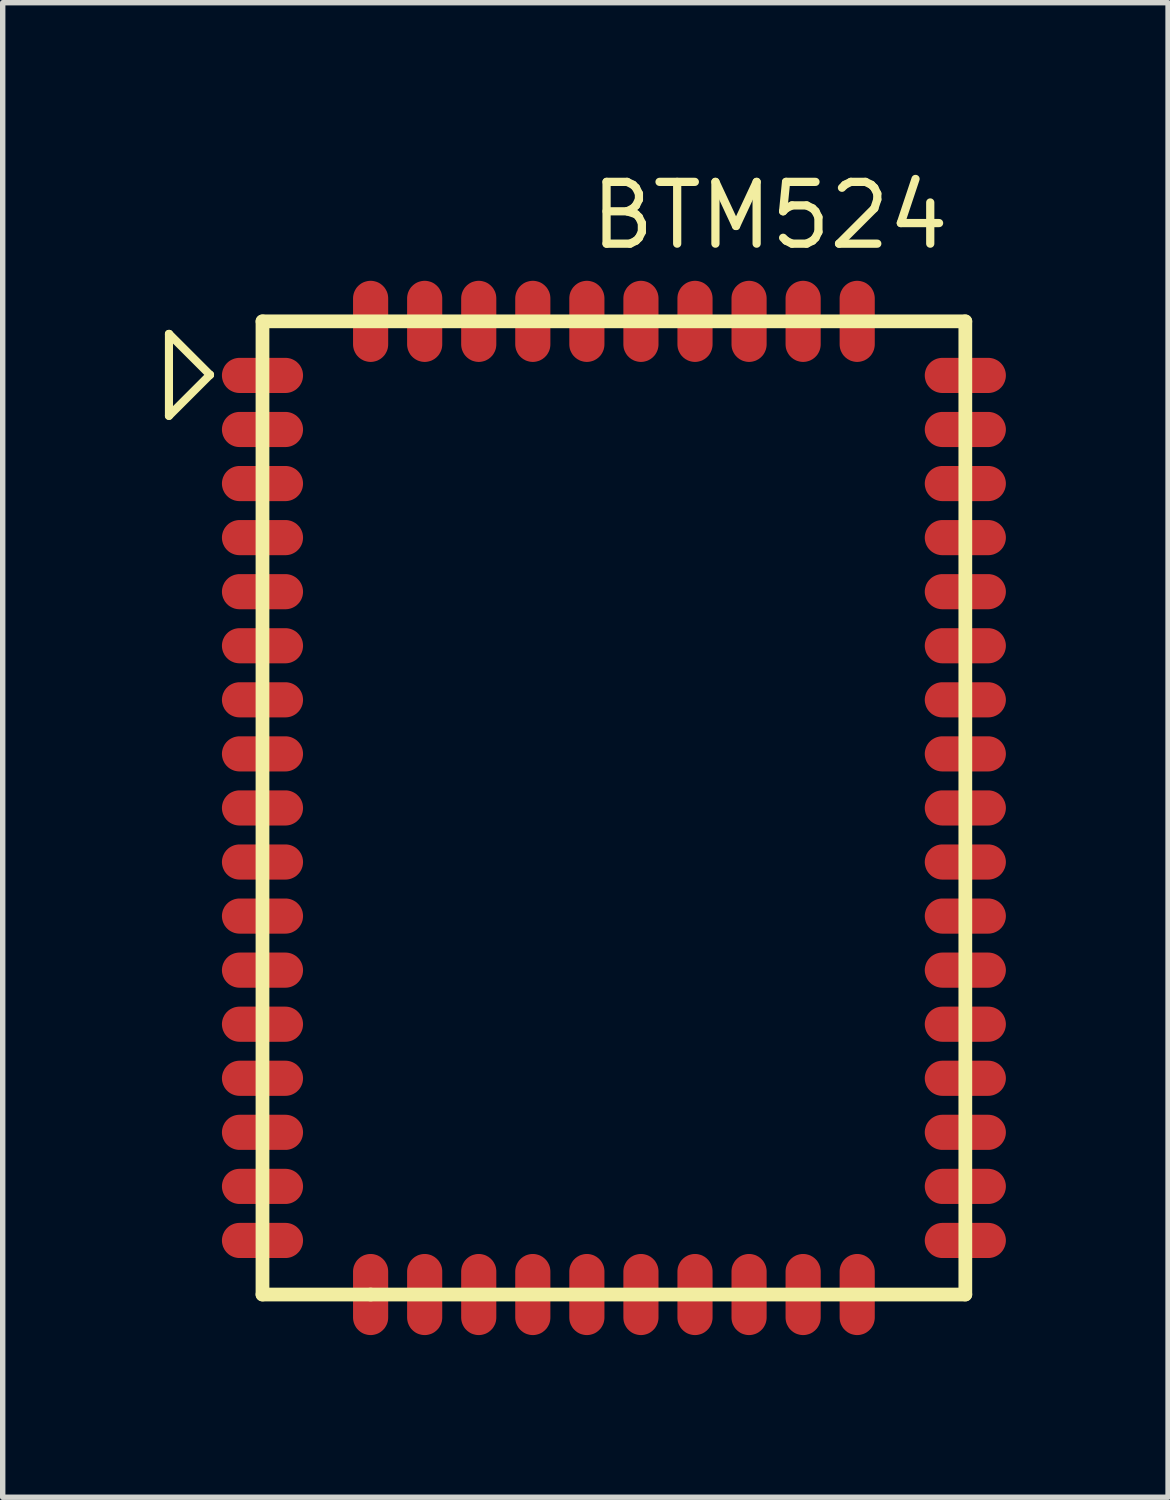
<source format=kicad_pcb>
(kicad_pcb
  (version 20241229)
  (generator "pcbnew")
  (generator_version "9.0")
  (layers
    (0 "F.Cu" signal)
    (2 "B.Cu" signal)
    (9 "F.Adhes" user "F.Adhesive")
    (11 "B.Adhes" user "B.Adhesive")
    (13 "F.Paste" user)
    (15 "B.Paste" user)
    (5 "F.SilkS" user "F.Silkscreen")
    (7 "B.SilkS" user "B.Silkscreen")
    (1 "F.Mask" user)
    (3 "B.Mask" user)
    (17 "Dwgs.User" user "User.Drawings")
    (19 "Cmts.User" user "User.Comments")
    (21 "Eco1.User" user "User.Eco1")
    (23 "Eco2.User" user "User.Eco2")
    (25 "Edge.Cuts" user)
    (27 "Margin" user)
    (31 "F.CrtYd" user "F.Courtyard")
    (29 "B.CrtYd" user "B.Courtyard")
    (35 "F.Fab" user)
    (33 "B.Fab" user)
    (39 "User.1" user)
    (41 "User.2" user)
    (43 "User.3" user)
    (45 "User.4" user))
  (footprint "BTM524"
    (layer "F.Cu")
    (at 8.305 11.894)
    (property "Reference" "BTM524" (at -0.508 -10.958 0) (layer "F.SilkS") (effects (font (size 1.143 1.143) (thickness 0.152)) (justify left)))
    (attr through_hole)
    (fp_line (start -8.23 -8.766) (end -8.228 -8.768) (stroke (width 0.15) (type solid)) (layer "F.SilkS"))
    (fp_line (start -8.23 -7.252) (end -8.23 -8.766) (stroke (width 0.15) (type solid)) (layer "F.SilkS"))
    (fp_line (start -8.228 -8.768) (end -7.471 -8.011) (stroke (width 0.15) (type solid)) (layer "F.SilkS"))
    (fp_line (start -7.471 -8.011) (end -8.23 -7.252) (stroke (width 0.15) (type solid)) (layer "F.SilkS"))
    (fp_line (start -7.471 -8.011) (end -7.471 -8.011) (stroke (width 0.15) (type solid)) (layer "F.SilkS"))
    (fp_line (start -6.5 -9) (end 6.5 -9) (stroke (width 0.254) (type solid)) (layer "F.SilkS"))
    (fp_line (start -6.5 9) (end -6.5 -9) (stroke (width 0.254) (type solid)) (layer "F.SilkS"))
    (fp_line (start -4.5 9) (end -6.5 9) (stroke (width 0.254) (type solid)) (layer "F.SilkS"))
    (fp_line (start 6.5 -9) (end 6.5 9) (stroke (width 0.254) (type solid)) (layer "F.SilkS"))
    (fp_line (start 6.5 9) (end -4.5 9) (stroke (width 0.254) (type solid)) (layer "F.SilkS"))
    (pad "1" smd custom (at -6.5 -8) (size 0.001 0.001) (layers "F.Cu" "F.Mask" "F.Paste") (options (anchor circle)) (primitives (gr_poly (pts (xy 0.425 -0.325) (xy 0.45 -0.324) (xy 0.475 -0.321) (xy 0.499 -0.316) (xy 0.523 -0.31) (xy 0.547 -0.301) (xy 0.569 -0.291) (xy 0.591 -0.279) (xy 0.612 -0.266) (xy 0.632 -0.251) (xy 0.65 -0.234) (xy 0.668 -0.216) (xy 0.684 -0.197) (xy 0.698 -0.177) (xy 0.711 -0.155) (xy 0.722 -0.133) (xy 0.731 -0.11) (xy 0.739 -0.086) (xy 0.744 -0.062) (xy 0.748 -0.037) (xy 0.75 -0.012) (xy 0.75 0.012) (xy 0.748 0.037) (xy 0.744 0.062) (xy 0.739 0.086) (xy 0.731 0.11) (xy 0.722 0.133) (xy 0.711 0.155) (xy 0.698 0.177) (xy 0.684 0.197) (xy 0.668 0.216) (xy 0.65 0.234) (xy 0.632 0.251) (xy 0.612 0.266) (xy 0.591 0.279) (xy 0.569 0.291) (xy 0.547 0.301) (xy 0.523 0.31) (xy 0.499 0.316) (xy 0.475 0.321) (xy 0.45 0.324) (xy 0.425 0.325) (xy -0.425 0.325) (xy -0.45 0.324) (xy -0.474 0.321) (xy -0.499 0.316) (xy -0.523 0.31) (xy -0.546 0.301) (xy -0.569 0.291) (xy -0.591 0.279) (xy -0.612 0.266) (xy -0.632 0.251) (xy -0.65 0.234) (xy -0.668 0.216) (xy -0.683 0.197) (xy -0.698 0.177) (xy -0.71 0.155) (xy -0.721 0.133) (xy -0.731 0.11) (xy -0.738 0.086) (xy -0.744 0.062) (xy -0.748 0.037) (xy -0.75 0.012) (xy -0.75 -0.012) (xy -0.748 -0.037) (xy -0.744 -0.062) (xy -0.738 -0.086) (xy -0.731 -0.11) (xy -0.721 -0.133) (xy -0.71 -0.155) (xy -0.698 -0.177) (xy -0.683 -0.197) (xy -0.668 -0.216) (xy -0.65 -0.234) (xy -0.632 -0.251) (xy -0.612 -0.266) (xy -0.591 -0.279) (xy -0.569 -0.291) (xy -0.546 -0.301) (xy -0.523 -0.31) (xy -0.499 -0.316) (xy -0.474 -0.321) (xy -0.45 -0.324) (xy -0.425 -0.325)) (width 0) (fill yes))))
    (pad "2" smd custom (at -6.5 -7) (size 0.001 0.001) (layers "F.Cu" "F.Mask" "F.Paste") (options (anchor circle)) (primitives (gr_poly (pts (xy 0.425 -0.325) (xy 0.45 -0.324) (xy 0.475 -0.321) (xy 0.499 -0.316) (xy 0.523 -0.31) (xy 0.547 -0.301) (xy 0.569 -0.291) (xy 0.591 -0.279) (xy 0.612 -0.266) (xy 0.632 -0.251) (xy 0.65 -0.234) (xy 0.668 -0.216) (xy 0.684 -0.197) (xy 0.698 -0.177) (xy 0.711 -0.155) (xy 0.722 -0.133) (xy 0.731 -0.11) (xy 0.739 -0.086) (xy 0.744 -0.062) (xy 0.748 -0.037) (xy 0.75 -0.012) (xy 0.75 0.012) (xy 0.748 0.037) (xy 0.744 0.062) (xy 0.739 0.086) (xy 0.731 0.11) (xy 0.722 0.133) (xy 0.711 0.155) (xy 0.698 0.177) (xy 0.684 0.197) (xy 0.668 0.216) (xy 0.65 0.234) (xy 0.632 0.251) (xy 0.612 0.266) (xy 0.591 0.279) (xy 0.569 0.291) (xy 0.547 0.301) (xy 0.523 0.31) (xy 0.499 0.316) (xy 0.475 0.321) (xy 0.45 0.324) (xy 0.425 0.325) (xy -0.425 0.325) (xy -0.45 0.324) (xy -0.474 0.321) (xy -0.499 0.316) (xy -0.523 0.31) (xy -0.546 0.301) (xy -0.569 0.291) (xy -0.591 0.279) (xy -0.612 0.266) (xy -0.632 0.251) (xy -0.65 0.234) (xy -0.668 0.216) (xy -0.683 0.197) (xy -0.698 0.177) (xy -0.71 0.155) (xy -0.721 0.133) (xy -0.731 0.11) (xy -0.738 0.086) (xy -0.744 0.062) (xy -0.748 0.037) (xy -0.75 0.012) (xy -0.75 -0.012) (xy -0.748 -0.037) (xy -0.744 -0.062) (xy -0.738 -0.086) (xy -0.731 -0.11) (xy -0.721 -0.133) (xy -0.71 -0.155) (xy -0.698 -0.177) (xy -0.683 -0.197) (xy -0.668 -0.216) (xy -0.65 -0.234) (xy -0.632 -0.251) (xy -0.612 -0.266) (xy -0.591 -0.279) (xy -0.569 -0.291) (xy -0.546 -0.301) (xy -0.523 -0.31) (xy -0.499 -0.316) (xy -0.474 -0.321) (xy -0.45 -0.324) (xy -0.425 -0.325)) (width 0) (fill yes))))
    (pad "3" smd custom (at -6.5 -6) (size 0.001 0.001) (layers "F.Cu" "F.Mask" "F.Paste") (options (anchor circle)) (primitives (gr_poly (pts (xy 0.425 -0.325) (xy 0.45 -0.324) (xy 0.475 -0.321) (xy 0.499 -0.316) (xy 0.523 -0.31) (xy 0.547 -0.301) (xy 0.569 -0.291) (xy 0.591 -0.279) (xy 0.612 -0.266) (xy 0.632 -0.251) (xy 0.65 -0.234) (xy 0.668 -0.216) (xy 0.684 -0.197) (xy 0.698 -0.177) (xy 0.711 -0.155) (xy 0.722 -0.133) (xy 0.731 -0.11) (xy 0.739 -0.086) (xy 0.744 -0.062) (xy 0.748 -0.037) (xy 0.75 -0.012) (xy 0.75 0.012) (xy 0.748 0.037) (xy 0.744 0.062) (xy 0.739 0.086) (xy 0.731 0.11) (xy 0.722 0.133) (xy 0.711 0.155) (xy 0.698 0.177) (xy 0.684 0.197) (xy 0.668 0.216) (xy 0.65 0.234) (xy 0.632 0.251) (xy 0.612 0.266) (xy 0.591 0.279) (xy 0.569 0.291) (xy 0.547 0.301) (xy 0.523 0.31) (xy 0.499 0.316) (xy 0.475 0.321) (xy 0.45 0.324) (xy 0.425 0.325) (xy -0.425 0.325) (xy -0.45 0.324) (xy -0.474 0.321) (xy -0.499 0.316) (xy -0.523 0.31) (xy -0.546 0.301) (xy -0.569 0.291) (xy -0.591 0.279) (xy -0.612 0.266) (xy -0.632 0.251) (xy -0.65 0.234) (xy -0.668 0.216) (xy -0.683 0.197) (xy -0.698 0.177) (xy -0.71 0.155) (xy -0.721 0.133) (xy -0.731 0.11) (xy -0.738 0.086) (xy -0.744 0.062) (xy -0.748 0.037) (xy -0.75 0.012) (xy -0.75 -0.012) (xy -0.748 -0.037) (xy -0.744 -0.062) (xy -0.738 -0.086) (xy -0.731 -0.11) (xy -0.721 -0.133) (xy -0.71 -0.155) (xy -0.698 -0.177) (xy -0.683 -0.197) (xy -0.668 -0.216) (xy -0.65 -0.234) (xy -0.632 -0.251) (xy -0.612 -0.266) (xy -0.591 -0.279) (xy -0.569 -0.291) (xy -0.546 -0.301) (xy -0.523 -0.31) (xy -0.499 -0.316) (xy -0.474 -0.321) (xy -0.45 -0.324) (xy -0.425 -0.325)) (width 0) (fill yes))))
    (pad "4" smd custom (at -6.5 -5) (size 0.001 0.001) (layers "F.Cu" "F.Mask" "F.Paste") (options (anchor circle)) (primitives (gr_poly (pts (xy 0.425 -0.325) (xy 0.45 -0.324) (xy 0.475 -0.321) (xy 0.499 -0.316) (xy 0.523 -0.31) (xy 0.547 -0.301) (xy 0.569 -0.291) (xy 0.591 -0.279) (xy 0.612 -0.266) (xy 0.632 -0.251) (xy 0.65 -0.234) (xy 0.668 -0.216) (xy 0.684 -0.197) (xy 0.698 -0.177) (xy 0.711 -0.155) (xy 0.722 -0.133) (xy 0.731 -0.11) (xy 0.739 -0.086) (xy 0.744 -0.062) (xy 0.748 -0.037) (xy 0.75 -0.012) (xy 0.75 0.012) (xy 0.748 0.037) (xy 0.744 0.062) (xy 0.739 0.086) (xy 0.731 0.11) (xy 0.722 0.133) (xy 0.711 0.155) (xy 0.698 0.177) (xy 0.684 0.197) (xy 0.668 0.216) (xy 0.65 0.234) (xy 0.632 0.251) (xy 0.612 0.266) (xy 0.591 0.279) (xy 0.569 0.291) (xy 0.547 0.301) (xy 0.523 0.31) (xy 0.499 0.316) (xy 0.475 0.321) (xy 0.45 0.324) (xy 0.425 0.325) (xy -0.425 0.325) (xy -0.45 0.324) (xy -0.474 0.321) (xy -0.499 0.316) (xy -0.523 0.31) (xy -0.546 0.301) (xy -0.569 0.291) (xy -0.591 0.279) (xy -0.612 0.266) (xy -0.632 0.251) (xy -0.65 0.234) (xy -0.668 0.216) (xy -0.683 0.197) (xy -0.698 0.177) (xy -0.71 0.155) (xy -0.721 0.133) (xy -0.731 0.11) (xy -0.738 0.086) (xy -0.744 0.062) (xy -0.748 0.037) (xy -0.75 0.012) (xy -0.75 -0.012) (xy -0.748 -0.037) (xy -0.744 -0.062) (xy -0.738 -0.086) (xy -0.731 -0.11) (xy -0.721 -0.133) (xy -0.71 -0.155) (xy -0.698 -0.177) (xy -0.683 -0.197) (xy -0.668 -0.216) (xy -0.65 -0.234) (xy -0.632 -0.251) (xy -0.612 -0.266) (xy -0.591 -0.279) (xy -0.569 -0.291) (xy -0.546 -0.301) (xy -0.523 -0.31) (xy -0.499 -0.316) (xy -0.474 -0.321) (xy -0.45 -0.324) (xy -0.425 -0.325)) (width 0) (fill yes))))
    (pad "5" smd custom (at -6.5 -4) (size 0.001 0.001) (layers "F.Cu" "F.Mask" "F.Paste") (options (anchor circle)) (primitives (gr_poly (pts (xy 0.425 -0.325) (xy 0.45 -0.324) (xy 0.475 -0.321) (xy 0.499 -0.316) (xy 0.523 -0.31) (xy 0.547 -0.301) (xy 0.569 -0.291) (xy 0.591 -0.279) (xy 0.612 -0.266) (xy 0.632 -0.251) (xy 0.65 -0.234) (xy 0.668 -0.216) (xy 0.684 -0.197) (xy 0.698 -0.177) (xy 0.711 -0.155) (xy 0.722 -0.133) (xy 0.731 -0.11) (xy 0.739 -0.086) (xy 0.744 -0.062) (xy 0.748 -0.037) (xy 0.75 -0.012) (xy 0.75 0.012) (xy 0.748 0.037) (xy 0.744 0.062) (xy 0.739 0.086) (xy 0.731 0.11) (xy 0.722 0.133) (xy 0.711 0.155) (xy 0.698 0.177) (xy 0.684 0.197) (xy 0.668 0.216) (xy 0.65 0.234) (xy 0.632 0.251) (xy 0.612 0.266) (xy 0.591 0.279) (xy 0.569 0.291) (xy 0.547 0.301) (xy 0.523 0.31) (xy 0.499 0.316) (xy 0.475 0.321) (xy 0.45 0.324) (xy 0.425 0.325) (xy -0.425 0.325) (xy -0.45 0.324) (xy -0.474 0.321) (xy -0.499 0.316) (xy -0.523 0.31) (xy -0.546 0.301) (xy -0.569 0.291) (xy -0.591 0.279) (xy -0.612 0.266) (xy -0.632 0.251) (xy -0.65 0.234) (xy -0.668 0.216) (xy -0.683 0.197) (xy -0.698 0.177) (xy -0.71 0.155) (xy -0.721 0.133) (xy -0.731 0.11) (xy -0.738 0.086) (xy -0.744 0.062) (xy -0.748 0.037) (xy -0.75 0.012) (xy -0.75 -0.012) (xy -0.748 -0.037) (xy -0.744 -0.062) (xy -0.738 -0.086) (xy -0.731 -0.11) (xy -0.721 -0.133) (xy -0.71 -0.155) (xy -0.698 -0.177) (xy -0.683 -0.197) (xy -0.668 -0.216) (xy -0.65 -0.234) (xy -0.632 -0.251) (xy -0.612 -0.266) (xy -0.591 -0.279) (xy -0.569 -0.291) (xy -0.546 -0.301) (xy -0.523 -0.31) (xy -0.499 -0.316) (xy -0.474 -0.321) (xy -0.45 -0.324) (xy -0.425 -0.325)) (width 0) (fill yes))))
    (pad "6" smd custom (at -6.5 -3) (size 0.001 0.001) (layers "F.Cu" "F.Mask" "F.Paste") (options (anchor circle)) (primitives (gr_poly (pts (xy 0.425 -0.325) (xy 0.45 -0.324) (xy 0.475 -0.321) (xy 0.499 -0.316) (xy 0.523 -0.31) (xy 0.547 -0.301) (xy 0.569 -0.291) (xy 0.591 -0.279) (xy 0.612 -0.266) (xy 0.632 -0.251) (xy 0.65 -0.234) (xy 0.668 -0.216) (xy 0.684 -0.197) (xy 0.698 -0.177) (xy 0.711 -0.155) (xy 0.722 -0.133) (xy 0.731 -0.11) (xy 0.739 -0.086) (xy 0.744 -0.062) (xy 0.748 -0.037) (xy 0.75 -0.012) (xy 0.75 0.012) (xy 0.748 0.037) (xy 0.744 0.062) (xy 0.739 0.086) (xy 0.731 0.11) (xy 0.722 0.133) (xy 0.711 0.155) (xy 0.698 0.177) (xy 0.684 0.197) (xy 0.668 0.216) (xy 0.65 0.234) (xy 0.632 0.251) (xy 0.612 0.266) (xy 0.591 0.279) (xy 0.569 0.291) (xy 0.547 0.301) (xy 0.523 0.31) (xy 0.499 0.316) (xy 0.475 0.321) (xy 0.45 0.324) (xy 0.425 0.325) (xy -0.425 0.325) (xy -0.45 0.324) (xy -0.474 0.321) (xy -0.499 0.316) (xy -0.523 0.31) (xy -0.546 0.301) (xy -0.569 0.291) (xy -0.591 0.279) (xy -0.612 0.266) (xy -0.632 0.251) (xy -0.65 0.234) (xy -0.668 0.216) (xy -0.683 0.197) (xy -0.698 0.177) (xy -0.71 0.155) (xy -0.721 0.133) (xy -0.731 0.11) (xy -0.738 0.086) (xy -0.744 0.062) (xy -0.748 0.037) (xy -0.75 0.012) (xy -0.75 -0.012) (xy -0.748 -0.037) (xy -0.744 -0.062) (xy -0.738 -0.086) (xy -0.731 -0.11) (xy -0.721 -0.133) (xy -0.71 -0.155) (xy -0.698 -0.177) (xy -0.683 -0.197) (xy -0.668 -0.216) (xy -0.65 -0.234) (xy -0.632 -0.251) (xy -0.612 -0.266) (xy -0.591 -0.279) (xy -0.569 -0.291) (xy -0.546 -0.301) (xy -0.523 -0.31) (xy -0.499 -0.316) (xy -0.474 -0.321) (xy -0.45 -0.324) (xy -0.425 -0.325)) (width 0) (fill yes))))
    (pad "7" smd custom (at -6.5 -2) (size 0.001 0.001) (layers "F.Cu" "F.Mask" "F.Paste") (options (anchor circle)) (primitives (gr_poly (pts (xy 0.425 -0.325) (xy 0.45 -0.324) (xy 0.475 -0.321) (xy 0.499 -0.316) (xy 0.523 -0.31) (xy 0.547 -0.301) (xy 0.569 -0.291) (xy 0.591 -0.279) (xy 0.612 -0.266) (xy 0.632 -0.251) (xy 0.65 -0.234) (xy 0.668 -0.216) (xy 0.684 -0.197) (xy 0.698 -0.177) (xy 0.711 -0.155) (xy 0.722 -0.133) (xy 0.731 -0.11) (xy 0.739 -0.086) (xy 0.744 -0.062) (xy 0.748 -0.037) (xy 0.75 -0.012) (xy 0.75 0.012) (xy 0.748 0.037) (xy 0.744 0.062) (xy 0.739 0.086) (xy 0.731 0.11) (xy 0.722 0.133) (xy 0.711 0.155) (xy 0.698 0.177) (xy 0.684 0.197) (xy 0.668 0.216) (xy 0.65 0.234) (xy 0.632 0.251) (xy 0.612 0.266) (xy 0.591 0.279) (xy 0.569 0.291) (xy 0.547 0.301) (xy 0.523 0.31) (xy 0.499 0.316) (xy 0.475 0.321) (xy 0.45 0.324) (xy 0.425 0.325) (xy -0.425 0.325) (xy -0.45 0.324) (xy -0.474 0.321) (xy -0.499 0.316) (xy -0.523 0.31) (xy -0.546 0.301) (xy -0.569 0.291) (xy -0.591 0.279) (xy -0.612 0.266) (xy -0.632 0.251) (xy -0.65 0.234) (xy -0.668 0.216) (xy -0.683 0.197) (xy -0.698 0.177) (xy -0.71 0.155) (xy -0.721 0.133) (xy -0.731 0.11) (xy -0.738 0.086) (xy -0.744 0.062) (xy -0.748 0.037) (xy -0.75 0.012) (xy -0.75 -0.012) (xy -0.748 -0.037) (xy -0.744 -0.062) (xy -0.738 -0.086) (xy -0.731 -0.11) (xy -0.721 -0.133) (xy -0.71 -0.155) (xy -0.698 -0.177) (xy -0.683 -0.197) (xy -0.668 -0.216) (xy -0.65 -0.234) (xy -0.632 -0.251) (xy -0.612 -0.266) (xy -0.591 -0.279) (xy -0.569 -0.291) (xy -0.546 -0.301) (xy -0.523 -0.31) (xy -0.499 -0.316) (xy -0.474 -0.321) (xy -0.45 -0.324) (xy -0.425 -0.325)) (width 0) (fill yes))))
    (pad "8" smd custom (at -6.5 -1) (size 0.001 0.001) (layers "F.Cu" "F.Mask" "F.Paste") (options (anchor circle)) (primitives (gr_poly (pts (xy 0.425 -0.325) (xy 0.45 -0.324) (xy 0.475 -0.321) (xy 0.499 -0.316) (xy 0.523 -0.31) (xy 0.547 -0.301) (xy 0.569 -0.291) (xy 0.591 -0.279) (xy 0.612 -0.266) (xy 0.632 -0.251) (xy 0.65 -0.234) (xy 0.668 -0.216) (xy 0.684 -0.197) (xy 0.698 -0.177) (xy 0.711 -0.155) (xy 0.722 -0.133) (xy 0.731 -0.11) (xy 0.739 -0.086) (xy 0.744 -0.062) (xy 0.748 -0.037) (xy 0.75 -0.012) (xy 0.75 0.012) (xy 0.748 0.037) (xy 0.744 0.062) (xy 0.739 0.086) (xy 0.731 0.11) (xy 0.722 0.133) (xy 0.711 0.155) (xy 0.698 0.177) (xy 0.684 0.197) (xy 0.668 0.216) (xy 0.65 0.234) (xy 0.632 0.251) (xy 0.612 0.266) (xy 0.591 0.279) (xy 0.569 0.291) (xy 0.547 0.301) (xy 0.523 0.31) (xy 0.499 0.316) (xy 0.475 0.321) (xy 0.45 0.324) (xy 0.425 0.325) (xy -0.425 0.325) (xy -0.45 0.324) (xy -0.474 0.321) (xy -0.499 0.316) (xy -0.523 0.31) (xy -0.546 0.301) (xy -0.569 0.291) (xy -0.591 0.279) (xy -0.612 0.266) (xy -0.632 0.251) (xy -0.65 0.234) (xy -0.668 0.216) (xy -0.683 0.197) (xy -0.698 0.177) (xy -0.71 0.155) (xy -0.721 0.133) (xy -0.731 0.11) (xy -0.738 0.086) (xy -0.744 0.062) (xy -0.748 0.037) (xy -0.75 0.012) (xy -0.75 -0.012) (xy -0.748 -0.037) (xy -0.744 -0.062) (xy -0.738 -0.086) (xy -0.731 -0.11) (xy -0.721 -0.133) (xy -0.71 -0.155) (xy -0.698 -0.177) (xy -0.683 -0.197) (xy -0.668 -0.216) (xy -0.65 -0.234) (xy -0.632 -0.251) (xy -0.612 -0.266) (xy -0.591 -0.279) (xy -0.569 -0.291) (xy -0.546 -0.301) (xy -0.523 -0.31) (xy -0.499 -0.316) (xy -0.474 -0.321) (xy -0.45 -0.324) (xy -0.425 -0.325)) (width 0) (fill yes))))
    (pad "9" smd custom (at -6.5 0) (size 0.001 0.001) (layers "F.Cu" "F.Mask" "F.Paste") (options (anchor circle)) (primitives (gr_poly (pts (xy 0.425 -0.325) (xy 0.45 -0.324) (xy 0.475 -0.321) (xy 0.499 -0.316) (xy 0.523 -0.31) (xy 0.547 -0.301) (xy 0.569 -0.291) (xy 0.591 -0.279) (xy 0.612 -0.266) (xy 0.632 -0.251) (xy 0.65 -0.234) (xy 0.668 -0.216) (xy 0.684 -0.197) (xy 0.698 -0.177) (xy 0.711 -0.155) (xy 0.722 -0.133) (xy 0.731 -0.11) (xy 0.739 -0.086) (xy 0.744 -0.062) (xy 0.748 -0.037) (xy 0.75 -0.012) (xy 0.75 0.012) (xy 0.748 0.037) (xy 0.744 0.062) (xy 0.739 0.086) (xy 0.731 0.11) (xy 0.722 0.133) (xy 0.711 0.155) (xy 0.698 0.177) (xy 0.684 0.197) (xy 0.668 0.216) (xy 0.65 0.234) (xy 0.632 0.251) (xy 0.612 0.266) (xy 0.591 0.279) (xy 0.569 0.291) (xy 0.547 0.301) (xy 0.523 0.31) (xy 0.499 0.316) (xy 0.475 0.321) (xy 0.45 0.324) (xy 0.425 0.325) (xy -0.425 0.325) (xy -0.45 0.324) (xy -0.474 0.321) (xy -0.499 0.316) (xy -0.523 0.31) (xy -0.546 0.301) (xy -0.569 0.291) (xy -0.591 0.279) (xy -0.612 0.266) (xy -0.632 0.251) (xy -0.65 0.234) (xy -0.668 0.216) (xy -0.683 0.197) (xy -0.698 0.177) (xy -0.71 0.155) (xy -0.721 0.133) (xy -0.731 0.11) (xy -0.738 0.086) (xy -0.744 0.062) (xy -0.748 0.037) (xy -0.75 0.012) (xy -0.75 -0.012) (xy -0.748 -0.037) (xy -0.744 -0.062) (xy -0.738 -0.086) (xy -0.731 -0.11) (xy -0.721 -0.133) (xy -0.71 -0.155) (xy -0.698 -0.177) (xy -0.683 -0.197) (xy -0.668 -0.216) (xy -0.65 -0.234) (xy -0.632 -0.251) (xy -0.612 -0.266) (xy -0.591 -0.279) (xy -0.569 -0.291) (xy -0.546 -0.301) (xy -0.523 -0.31) (xy -0.499 -0.316) (xy -0.474 -0.321) (xy -0.45 -0.324) (xy -0.425 -0.325)) (width 0) (fill yes))))
    (pad "10" smd custom (at -6.5 1) (size 0.001 0.001) (layers "F.Cu" "F.Mask" "F.Paste") (options (anchor circle)) (primitives (gr_poly (pts (xy 0.425 -0.325) (xy 0.45 -0.324) (xy 0.475 -0.321) (xy 0.499 -0.316) (xy 0.523 -0.31) (xy 0.547 -0.301) (xy 0.569 -0.291) (xy 0.591 -0.279) (xy 0.612 -0.266) (xy 0.632 -0.251) (xy 0.65 -0.234) (xy 0.668 -0.216) (xy 0.684 -0.197) (xy 0.698 -0.177) (xy 0.711 -0.155) (xy 0.722 -0.133) (xy 0.731 -0.11) (xy 0.739 -0.086) (xy 0.744 -0.062) (xy 0.748 -0.037) (xy 0.75 -0.012) (xy 0.75 0.012) (xy 0.748 0.037) (xy 0.744 0.062) (xy 0.739 0.086) (xy 0.731 0.11) (xy 0.722 0.133) (xy 0.711 0.155) (xy 0.698 0.177) (xy 0.684 0.197) (xy 0.668 0.216) (xy 0.65 0.234) (xy 0.632 0.251) (xy 0.612 0.266) (xy 0.591 0.279) (xy 0.569 0.291) (xy 0.547 0.301) (xy 0.523 0.31) (xy 0.499 0.316) (xy 0.475 0.321) (xy 0.45 0.324) (xy 0.425 0.325) (xy -0.425 0.325) (xy -0.45 0.324) (xy -0.474 0.321) (xy -0.499 0.316) (xy -0.523 0.31) (xy -0.546 0.301) (xy -0.569 0.291) (xy -0.591 0.279) (xy -0.612 0.266) (xy -0.632 0.251) (xy -0.65 0.234) (xy -0.668 0.216) (xy -0.683 0.197) (xy -0.698 0.177) (xy -0.71 0.155) (xy -0.721 0.133) (xy -0.731 0.11) (xy -0.738 0.086) (xy -0.744 0.062) (xy -0.748 0.037) (xy -0.75 0.012) (xy -0.75 -0.012) (xy -0.748 -0.037) (xy -0.744 -0.062) (xy -0.738 -0.086) (xy -0.731 -0.11) (xy -0.721 -0.133) (xy -0.71 -0.155) (xy -0.698 -0.177) (xy -0.683 -0.197) (xy -0.668 -0.216) (xy -0.65 -0.234) (xy -0.632 -0.251) (xy -0.612 -0.266) (xy -0.591 -0.279) (xy -0.569 -0.291) (xy -0.546 -0.301) (xy -0.523 -0.31) (xy -0.499 -0.316) (xy -0.474 -0.321) (xy -0.45 -0.324) (xy -0.425 -0.325)) (width 0) (fill yes))))
    (pad "11" smd custom (at -6.5 2) (size 0.001 0.001) (layers "F.Cu" "F.Mask" "F.Paste") (options (anchor circle)) (primitives (gr_poly (pts (xy 0.425 -0.325) (xy 0.45 -0.324) (xy 0.475 -0.321) (xy 0.499 -0.316) (xy 0.523 -0.31) (xy 0.547 -0.301) (xy 0.569 -0.291) (xy 0.591 -0.279) (xy 0.612 -0.266) (xy 0.632 -0.251) (xy 0.65 -0.234) (xy 0.668 -0.216) (xy 0.684 -0.197) (xy 0.698 -0.177) (xy 0.711 -0.155) (xy 0.722 -0.133) (xy 0.731 -0.11) (xy 0.739 -0.086) (xy 0.744 -0.062) (xy 0.748 -0.037) (xy 0.75 -0.012) (xy 0.75 0.012) (xy 0.748 0.037) (xy 0.744 0.062) (xy 0.739 0.086) (xy 0.731 0.11) (xy 0.722 0.133) (xy 0.711 0.155) (xy 0.698 0.177) (xy 0.684 0.197) (xy 0.668 0.216) (xy 0.65 0.234) (xy 0.632 0.251) (xy 0.612 0.266) (xy 0.591 0.279) (xy 0.569 0.291) (xy 0.547 0.301) (xy 0.523 0.31) (xy 0.499 0.316) (xy 0.475 0.321) (xy 0.45 0.324) (xy 0.425 0.325) (xy -0.425 0.325) (xy -0.45 0.324) (xy -0.474 0.321) (xy -0.499 0.316) (xy -0.523 0.31) (xy -0.546 0.301) (xy -0.569 0.291) (xy -0.591 0.279) (xy -0.612 0.266) (xy -0.632 0.251) (xy -0.65 0.234) (xy -0.668 0.216) (xy -0.683 0.197) (xy -0.698 0.177) (xy -0.71 0.155) (xy -0.721 0.133) (xy -0.731 0.11) (xy -0.738 0.086) (xy -0.744 0.062) (xy -0.748 0.037) (xy -0.75 0.012) (xy -0.75 -0.012) (xy -0.748 -0.037) (xy -0.744 -0.062) (xy -0.738 -0.086) (xy -0.731 -0.11) (xy -0.721 -0.133) (xy -0.71 -0.155) (xy -0.698 -0.177) (xy -0.683 -0.197) (xy -0.668 -0.216) (xy -0.65 -0.234) (xy -0.632 -0.251) (xy -0.612 -0.266) (xy -0.591 -0.279) (xy -0.569 -0.291) (xy -0.546 -0.301) (xy -0.523 -0.31) (xy -0.499 -0.316) (xy -0.474 -0.321) (xy -0.45 -0.324) (xy -0.425 -0.325)) (width 0) (fill yes))))
    (pad "12" smd custom (at -6.5 3) (size 0.001 0.001) (layers "F.Cu" "F.Mask" "F.Paste") (options (anchor circle)) (primitives (gr_poly (pts (xy 0.425 -0.325) (xy 0.45 -0.324) (xy 0.475 -0.321) (xy 0.499 -0.316) (xy 0.523 -0.31) (xy 0.547 -0.301) (xy 0.569 -0.291) (xy 0.591 -0.279) (xy 0.612 -0.266) (xy 0.632 -0.251) (xy 0.65 -0.234) (xy 0.668 -0.216) (xy 0.684 -0.197) (xy 0.698 -0.177) (xy 0.711 -0.155) (xy 0.722 -0.133) (xy 0.731 -0.11) (xy 0.739 -0.086) (xy 0.744 -0.062) (xy 0.748 -0.037) (xy 0.75 -0.012) (xy 0.75 0.012) (xy 0.748 0.037) (xy 0.744 0.062) (xy 0.739 0.086) (xy 0.731 0.11) (xy 0.722 0.133) (xy 0.711 0.155) (xy 0.698 0.177) (xy 0.684 0.197) (xy 0.668 0.216) (xy 0.65 0.234) (xy 0.632 0.251) (xy 0.612 0.266) (xy 0.591 0.279) (xy 0.569 0.291) (xy 0.547 0.301) (xy 0.523 0.31) (xy 0.499 0.316) (xy 0.475 0.321) (xy 0.45 0.324) (xy 0.425 0.325) (xy -0.425 0.325) (xy -0.45 0.324) (xy -0.474 0.321) (xy -0.499 0.316) (xy -0.523 0.31) (xy -0.546 0.301) (xy -0.569 0.291) (xy -0.591 0.279) (xy -0.612 0.266) (xy -0.632 0.251) (xy -0.65 0.234) (xy -0.668 0.216) (xy -0.683 0.197) (xy -0.698 0.177) (xy -0.71 0.155) (xy -0.721 0.133) (xy -0.731 0.11) (xy -0.738 0.086) (xy -0.744 0.062) (xy -0.748 0.037) (xy -0.75 0.012) (xy -0.75 -0.012) (xy -0.748 -0.037) (xy -0.744 -0.062) (xy -0.738 -0.086) (xy -0.731 -0.11) (xy -0.721 -0.133) (xy -0.71 -0.155) (xy -0.698 -0.177) (xy -0.683 -0.197) (xy -0.668 -0.216) (xy -0.65 -0.234) (xy -0.632 -0.251) (xy -0.612 -0.266) (xy -0.591 -0.279) (xy -0.569 -0.291) (xy -0.546 -0.301) (xy -0.523 -0.31) (xy -0.499 -0.316) (xy -0.474 -0.321) (xy -0.45 -0.324) (xy -0.425 -0.325)) (width 0) (fill yes))))
    (pad "13" smd custom (at -6.5 4) (size 0.001 0.001) (layers "F.Cu" "F.Mask" "F.Paste") (options (anchor circle)) (primitives (gr_poly (pts (xy 0.425 -0.325) (xy 0.45 -0.324) (xy 0.475 -0.321) (xy 0.499 -0.316) (xy 0.523 -0.31) (xy 0.547 -0.301) (xy 0.569 -0.291) (xy 0.591 -0.279) (xy 0.612 -0.266) (xy 0.632 -0.251) (xy 0.65 -0.234) (xy 0.668 -0.216) (xy 0.684 -0.197) (xy 0.698 -0.177) (xy 0.711 -0.155) (xy 0.722 -0.133) (xy 0.731 -0.11) (xy 0.739 -0.086) (xy 0.744 -0.062) (xy 0.748 -0.037) (xy 0.75 -0.012) (xy 0.75 0.012) (xy 0.748 0.037) (xy 0.744 0.062) (xy 0.739 0.086) (xy 0.731 0.11) (xy 0.722 0.133) (xy 0.711 0.155) (xy 0.698 0.177) (xy 0.684 0.197) (xy 0.668 0.216) (xy 0.65 0.234) (xy 0.632 0.251) (xy 0.612 0.266) (xy 0.591 0.279) (xy 0.569 0.291) (xy 0.547 0.301) (xy 0.523 0.31) (xy 0.499 0.316) (xy 0.475 0.321) (xy 0.45 0.324) (xy 0.425 0.325) (xy -0.425 0.325) (xy -0.45 0.324) (xy -0.474 0.321) (xy -0.499 0.316) (xy -0.523 0.31) (xy -0.546 0.301) (xy -0.569 0.291) (xy -0.591 0.279) (xy -0.612 0.266) (xy -0.632 0.251) (xy -0.65 0.234) (xy -0.668 0.216) (xy -0.683 0.197) (xy -0.698 0.177) (xy -0.71 0.155) (xy -0.721 0.133) (xy -0.731 0.11) (xy -0.738 0.086) (xy -0.744 0.062) (xy -0.748 0.037) (xy -0.75 0.012) (xy -0.75 -0.012) (xy -0.748 -0.037) (xy -0.744 -0.062) (xy -0.738 -0.086) (xy -0.731 -0.11) (xy -0.721 -0.133) (xy -0.71 -0.155) (xy -0.698 -0.177) (xy -0.683 -0.197) (xy -0.668 -0.216) (xy -0.65 -0.234) (xy -0.632 -0.251) (xy -0.612 -0.266) (xy -0.591 -0.279) (xy -0.569 -0.291) (xy -0.546 -0.301) (xy -0.523 -0.31) (xy -0.499 -0.316) (xy -0.474 -0.321) (xy -0.45 -0.324) (xy -0.425 -0.325)) (width 0) (fill yes))))
    (pad "14" smd custom (at -6.5 5) (size 0.001 0.001) (layers "F.Cu" "F.Mask" "F.Paste") (options (anchor circle)) (primitives (gr_poly (pts (xy 0.425 -0.325) (xy 0.45 -0.324) (xy 0.475 -0.321) (xy 0.499 -0.316) (xy 0.523 -0.31) (xy 0.547 -0.301) (xy 0.569 -0.291) (xy 0.591 -0.279) (xy 0.612 -0.266) (xy 0.632 -0.251) (xy 0.65 -0.234) (xy 0.668 -0.216) (xy 0.684 -0.197) (xy 0.698 -0.177) (xy 0.711 -0.155) (xy 0.722 -0.133) (xy 0.731 -0.11) (xy 0.739 -0.086) (xy 0.744 -0.062) (xy 0.748 -0.037) (xy 0.75 -0.012) (xy 0.75 0.012) (xy 0.748 0.037) (xy 0.744 0.062) (xy 0.739 0.086) (xy 0.731 0.11) (xy 0.722 0.133) (xy 0.711 0.155) (xy 0.698 0.177) (xy 0.684 0.197) (xy 0.668 0.216) (xy 0.65 0.234) (xy 0.632 0.251) (xy 0.612 0.266) (xy 0.591 0.279) (xy 0.569 0.291) (xy 0.547 0.301) (xy 0.523 0.31) (xy 0.499 0.316) (xy 0.475 0.321) (xy 0.45 0.324) (xy 0.425 0.325) (xy -0.425 0.325) (xy -0.45 0.324) (xy -0.474 0.321) (xy -0.499 0.316) (xy -0.523 0.31) (xy -0.546 0.301) (xy -0.569 0.291) (xy -0.591 0.279) (xy -0.612 0.266) (xy -0.632 0.251) (xy -0.65 0.234) (xy -0.668 0.216) (xy -0.683 0.197) (xy -0.698 0.177) (xy -0.71 0.155) (xy -0.721 0.133) (xy -0.731 0.11) (xy -0.738 0.086) (xy -0.744 0.062) (xy -0.748 0.037) (xy -0.75 0.012) (xy -0.75 -0.012) (xy -0.748 -0.037) (xy -0.744 -0.062) (xy -0.738 -0.086) (xy -0.731 -0.11) (xy -0.721 -0.133) (xy -0.71 -0.155) (xy -0.698 -0.177) (xy -0.683 -0.197) (xy -0.668 -0.216) (xy -0.65 -0.234) (xy -0.632 -0.251) (xy -0.612 -0.266) (xy -0.591 -0.279) (xy -0.569 -0.291) (xy -0.546 -0.301) (xy -0.523 -0.31) (xy -0.499 -0.316) (xy -0.474 -0.321) (xy -0.45 -0.324) (xy -0.425 -0.325)) (width 0) (fill yes))))
    (pad "15" smd custom (at -6.5 6) (size 0.001 0.001) (layers "F.Cu" "F.Mask" "F.Paste") (options (anchor circle)) (primitives (gr_poly (pts (xy 0.425 -0.325) (xy 0.45 -0.324) (xy 0.475 -0.321) (xy 0.499 -0.316) (xy 0.523 -0.31) (xy 0.547 -0.301) (xy 0.569 -0.291) (xy 0.591 -0.279) (xy 0.612 -0.266) (xy 0.632 -0.251) (xy 0.65 -0.234) (xy 0.668 -0.216) (xy 0.684 -0.197) (xy 0.698 -0.177) (xy 0.711 -0.155) (xy 0.722 -0.133) (xy 0.731 -0.11) (xy 0.739 -0.086) (xy 0.744 -0.062) (xy 0.748 -0.037) (xy 0.75 -0.012) (xy 0.75 0.012) (xy 0.748 0.037) (xy 0.744 0.062) (xy 0.739 0.086) (xy 0.731 0.11) (xy 0.722 0.133) (xy 0.711 0.155) (xy 0.698 0.177) (xy 0.684 0.197) (xy 0.668 0.216) (xy 0.65 0.234) (xy 0.632 0.251) (xy 0.612 0.266) (xy 0.591 0.279) (xy 0.569 0.291) (xy 0.547 0.301) (xy 0.523 0.31) (xy 0.499 0.316) (xy 0.475 0.321) (xy 0.45 0.324) (xy 0.425 0.325) (xy -0.425 0.325) (xy -0.45 0.324) (xy -0.474 0.321) (xy -0.499 0.316) (xy -0.523 0.31) (xy -0.546 0.301) (xy -0.569 0.291) (xy -0.591 0.279) (xy -0.612 0.266) (xy -0.632 0.251) (xy -0.65 0.234) (xy -0.668 0.216) (xy -0.683 0.197) (xy -0.698 0.177) (xy -0.71 0.155) (xy -0.721 0.133) (xy -0.731 0.11) (xy -0.738 0.086) (xy -0.744 0.062) (xy -0.748 0.037) (xy -0.75 0.012) (xy -0.75 -0.012) (xy -0.748 -0.037) (xy -0.744 -0.062) (xy -0.738 -0.086) (xy -0.731 -0.11) (xy -0.721 -0.133) (xy -0.71 -0.155) (xy -0.698 -0.177) (xy -0.683 -0.197) (xy -0.668 -0.216) (xy -0.65 -0.234) (xy -0.632 -0.251) (xy -0.612 -0.266) (xy -0.591 -0.279) (xy -0.569 -0.291) (xy -0.546 -0.301) (xy -0.523 -0.31) (xy -0.499 -0.316) (xy -0.474 -0.321) (xy -0.45 -0.324) (xy -0.425 -0.325)) (width 0) (fill yes))))
    (pad "16" smd custom (at -6.5 7) (size 0.001 0.001) (layers "F.Cu" "F.Mask" "F.Paste") (options (anchor circle)) (primitives (gr_poly (pts (xy 0.425 -0.325) (xy 0.45 -0.324) (xy 0.475 -0.321) (xy 0.499 -0.316) (xy 0.523 -0.31) (xy 0.547 -0.301) (xy 0.569 -0.291) (xy 0.591 -0.279) (xy 0.612 -0.266) (xy 0.632 -0.251) (xy 0.65 -0.234) (xy 0.668 -0.216) (xy 0.684 -0.197) (xy 0.698 -0.177) (xy 0.711 -0.155) (xy 0.722 -0.133) (xy 0.731 -0.11) (xy 0.739 -0.086) (xy 0.744 -0.062) (xy 0.748 -0.037) (xy 0.75 -0.012) (xy 0.75 0.012) (xy 0.748 0.037) (xy 0.744 0.062) (xy 0.739 0.086) (xy 0.731 0.11) (xy 0.722 0.133) (xy 0.711 0.155) (xy 0.698 0.177) (xy 0.684 0.197) (xy 0.668 0.216) (xy 0.65 0.234) (xy 0.632 0.251) (xy 0.612 0.266) (xy 0.591 0.279) (xy 0.569 0.291) (xy 0.547 0.301) (xy 0.523 0.31) (xy 0.499 0.316) (xy 0.475 0.321) (xy 0.45 0.324) (xy 0.425 0.325) (xy -0.425 0.325) (xy -0.45 0.324) (xy -0.474 0.321) (xy -0.499 0.316) (xy -0.523 0.31) (xy -0.546 0.301) (xy -0.569 0.291) (xy -0.591 0.279) (xy -0.612 0.266) (xy -0.632 0.251) (xy -0.65 0.234) (xy -0.668 0.216) (xy -0.683 0.197) (xy -0.698 0.177) (xy -0.71 0.155) (xy -0.721 0.133) (xy -0.731 0.11) (xy -0.738 0.086) (xy -0.744 0.062) (xy -0.748 0.037) (xy -0.75 0.012) (xy -0.75 -0.012) (xy -0.748 -0.037) (xy -0.744 -0.062) (xy -0.738 -0.086) (xy -0.731 -0.11) (xy -0.721 -0.133) (xy -0.71 -0.155) (xy -0.698 -0.177) (xy -0.683 -0.197) (xy -0.668 -0.216) (xy -0.65 -0.234) (xy -0.632 -0.251) (xy -0.612 -0.266) (xy -0.591 -0.279) (xy -0.569 -0.291) (xy -0.546 -0.301) (xy -0.523 -0.31) (xy -0.499 -0.316) (xy -0.474 -0.321) (xy -0.45 -0.324) (xy -0.425 -0.325)) (width 0) (fill yes))))
    (pad "17" smd custom (at -6.5 8) (size 0.001 0.001) (layers "F.Cu" "F.Mask" "F.Paste") (options (anchor circle)) (primitives (gr_poly (pts (xy 0.425 -0.325) (xy 0.45 -0.324) (xy 0.475 -0.321) (xy 0.499 -0.316) (xy 0.523 -0.31) (xy 0.547 -0.301) (xy 0.569 -0.291) (xy 0.591 -0.279) (xy 0.612 -0.266) (xy 0.632 -0.251) (xy 0.65 -0.234) (xy 0.668 -0.216) (xy 0.684 -0.197) (xy 0.698 -0.177) (xy 0.711 -0.155) (xy 0.722 -0.133) (xy 0.731 -0.11) (xy 0.739 -0.086) (xy 0.744 -0.062) (xy 0.748 -0.037) (xy 0.75 -0.012) (xy 0.75 0.012) (xy 0.748 0.037) (xy 0.744 0.062) (xy 0.739 0.086) (xy 0.731 0.11) (xy 0.722 0.133) (xy 0.711 0.155) (xy 0.698 0.177) (xy 0.684 0.197) (xy 0.668 0.216) (xy 0.65 0.234) (xy 0.632 0.251) (xy 0.612 0.266) (xy 0.591 0.279) (xy 0.569 0.291) (xy 0.547 0.301) (xy 0.523 0.31) (xy 0.499 0.316) (xy 0.475 0.321) (xy 0.45 0.324) (xy 0.425 0.325) (xy -0.425 0.325) (xy -0.45 0.324) (xy -0.474 0.321) (xy -0.499 0.316) (xy -0.523 0.31) (xy -0.546 0.301) (xy -0.569 0.291) (xy -0.591 0.279) (xy -0.612 0.266) (xy -0.632 0.251) (xy -0.65 0.234) (xy -0.668 0.216) (xy -0.683 0.197) (xy -0.698 0.177) (xy -0.71 0.155) (xy -0.721 0.133) (xy -0.731 0.11) (xy -0.738 0.086) (xy -0.744 0.062) (xy -0.748 0.037) (xy -0.75 0.012) (xy -0.75 -0.012) (xy -0.748 -0.037) (xy -0.744 -0.062) (xy -0.738 -0.086) (xy -0.731 -0.11) (xy -0.721 -0.133) (xy -0.71 -0.155) (xy -0.698 -0.177) (xy -0.683 -0.197) (xy -0.668 -0.216) (xy -0.65 -0.234) (xy -0.632 -0.251) (xy -0.612 -0.266) (xy -0.591 -0.279) (xy -0.569 -0.291) (xy -0.546 -0.301) (xy -0.523 -0.31) (xy -0.499 -0.316) (xy -0.474 -0.321) (xy -0.45 -0.324) (xy -0.425 -0.325)) (width 0) (fill yes))))
    (pad "18" smd custom (at -4.5 9) (size 0.001 0.001) (layers "F.Cu" "F.Mask" "F.Paste") (options (anchor circle)) (primitives (gr_poly (pts (xy 0.325 0.425) (xy 0.324 0.45) (xy 0.321 0.475) (xy 0.317 0.499) (xy 0.31 0.523) (xy 0.302 0.547) (xy 0.291 0.569) (xy 0.279 0.591) (xy 0.266 0.612) (xy 0.251 0.632) (xy 0.234 0.65) (xy 0.216 0.668) (xy 0.197 0.683) (xy 0.177 0.698) (xy 0.155 0.711) (xy 0.133 0.722) (xy 0.11 0.731) (xy 0.086 0.738) (xy 0.062 0.744) (xy 0.037 0.748) (xy 0.013 0.75) (xy -0.012 0.75) (xy -0.037 0.748) (xy -0.062 0.744) (xy -0.086 0.738) (xy -0.11 0.731) (xy -0.133 0.722) (xy -0.155 0.711) (xy -0.177 0.698) (xy -0.197 0.683) (xy -0.216 0.668) (xy -0.234 0.65) (xy -0.251 0.632) (xy -0.266 0.612) (xy -0.279 0.591) (xy -0.291 0.569) (xy -0.301 0.547) (xy -0.31 0.523) (xy -0.316 0.499) (xy -0.321 0.475) (xy -0.324 0.45) (xy -0.325 0.425) (xy -0.325 -0.425) (xy -0.324 -0.45) (xy -0.321 -0.475) (xy -0.316 -0.499) (xy -0.31 -0.523) (xy -0.301 -0.546) (xy -0.291 -0.569) (xy -0.279 -0.591) (xy -0.266 -0.612) (xy -0.251 -0.632) (xy -0.234 -0.65) (xy -0.216 -0.668) (xy -0.197 -0.683) (xy -0.177 -0.698) (xy -0.155 -0.71) (xy -0.133 -0.722) (xy -0.11 -0.731) (xy -0.086 -0.738) (xy -0.062 -0.744) (xy -0.037 -0.748) (xy -0.012 -0.75) (xy 0.013 -0.75) (xy 0.037 -0.748) (xy 0.062 -0.744) (xy 0.086 -0.738) (xy 0.11 -0.731) (xy 0.133 -0.722) (xy 0.155 -0.71) (xy 0.177 -0.698) (xy 0.197 -0.683) (xy 0.216 -0.668) (xy 0.234 -0.65) (xy 0.251 -0.632) (xy 0.266 -0.612) (xy 0.279 -0.591) (xy 0.291 -0.569) (xy 0.302 -0.546) (xy 0.31 -0.523) (xy 0.317 -0.499) (xy 0.321 -0.475) (xy 0.324 -0.45) (xy 0.325 -0.425)) (width 0) (fill yes))))
    (pad "19" smd custom (at -3.5 9) (size 0.001 0.001) (layers "F.Cu" "F.Mask" "F.Paste") (options (anchor circle)) (primitives (gr_poly (pts (xy 0.325 0.425) (xy 0.324 0.45) (xy 0.321 0.475) (xy 0.317 0.499) (xy 0.31 0.523) (xy 0.302 0.547) (xy 0.291 0.569) (xy 0.279 0.591) (xy 0.266 0.612) (xy 0.251 0.632) (xy 0.234 0.65) (xy 0.216 0.668) (xy 0.197 0.683) (xy 0.177 0.698) (xy 0.155 0.711) (xy 0.133 0.722) (xy 0.11 0.731) (xy 0.086 0.738) (xy 0.062 0.744) (xy 0.037 0.748) (xy 0.013 0.75) (xy -0.012 0.75) (xy -0.037 0.748) (xy -0.062 0.744) (xy -0.086 0.738) (xy -0.11 0.731) (xy -0.133 0.722) (xy -0.155 0.711) (xy -0.177 0.698) (xy -0.197 0.683) (xy -0.216 0.668) (xy -0.234 0.65) (xy -0.251 0.632) (xy -0.266 0.612) (xy -0.279 0.591) (xy -0.291 0.569) (xy -0.301 0.547) (xy -0.31 0.523) (xy -0.316 0.499) (xy -0.321 0.475) (xy -0.324 0.45) (xy -0.325 0.425) (xy -0.325 -0.425) (xy -0.324 -0.45) (xy -0.321 -0.475) (xy -0.316 -0.499) (xy -0.31 -0.523) (xy -0.301 -0.546) (xy -0.291 -0.569) (xy -0.279 -0.591) (xy -0.266 -0.612) (xy -0.251 -0.632) (xy -0.234 -0.65) (xy -0.216 -0.668) (xy -0.197 -0.683) (xy -0.177 -0.698) (xy -0.155 -0.71) (xy -0.133 -0.722) (xy -0.11 -0.731) (xy -0.086 -0.738) (xy -0.062 -0.744) (xy -0.037 -0.748) (xy -0.012 -0.75) (xy 0.013 -0.75) (xy 0.037 -0.748) (xy 0.062 -0.744) (xy 0.086 -0.738) (xy 0.11 -0.731) (xy 0.133 -0.722) (xy 0.155 -0.71) (xy 0.177 -0.698) (xy 0.197 -0.683) (xy 0.216 -0.668) (xy 0.234 -0.65) (xy 0.251 -0.632) (xy 0.266 -0.612) (xy 0.279 -0.591) (xy 0.291 -0.569) (xy 0.302 -0.546) (xy 0.31 -0.523) (xy 0.317 -0.499) (xy 0.321 -0.475) (xy 0.324 -0.45) (xy 0.325 -0.425)) (width 0) (fill yes))))
    (pad "20" smd custom (at -2.5 9) (size 0.001 0.001) (layers "F.Cu" "F.Mask" "F.Paste") (options (anchor circle)) (primitives (gr_poly (pts (xy 0.325 0.425) (xy 0.324 0.45) (xy 0.321 0.475) (xy 0.317 0.499) (xy 0.31 0.523) (xy 0.302 0.547) (xy 0.291 0.569) (xy 0.279 0.591) (xy 0.266 0.612) (xy 0.251 0.632) (xy 0.234 0.65) (xy 0.216 0.668) (xy 0.197 0.683) (xy 0.177 0.698) (xy 0.155 0.711) (xy 0.133 0.722) (xy 0.11 0.731) (xy 0.086 0.738) (xy 0.062 0.744) (xy 0.037 0.748) (xy 0.013 0.75) (xy -0.012 0.75) (xy -0.037 0.748) (xy -0.062 0.744) (xy -0.086 0.738) (xy -0.11 0.731) (xy -0.133 0.722) (xy -0.155 0.711) (xy -0.177 0.698) (xy -0.197 0.683) (xy -0.216 0.668) (xy -0.234 0.65) (xy -0.251 0.632) (xy -0.266 0.612) (xy -0.279 0.591) (xy -0.291 0.569) (xy -0.301 0.547) (xy -0.31 0.523) (xy -0.316 0.499) (xy -0.321 0.475) (xy -0.324 0.45) (xy -0.325 0.425) (xy -0.325 -0.425) (xy -0.324 -0.45) (xy -0.321 -0.475) (xy -0.316 -0.499) (xy -0.31 -0.523) (xy -0.301 -0.546) (xy -0.291 -0.569) (xy -0.279 -0.591) (xy -0.266 -0.612) (xy -0.251 -0.632) (xy -0.234 -0.65) (xy -0.216 -0.668) (xy -0.197 -0.683) (xy -0.177 -0.698) (xy -0.155 -0.71) (xy -0.133 -0.722) (xy -0.11 -0.731) (xy -0.086 -0.738) (xy -0.062 -0.744) (xy -0.037 -0.748) (xy -0.012 -0.75) (xy 0.013 -0.75) (xy 0.037 -0.748) (xy 0.062 -0.744) (xy 0.086 -0.738) (xy 0.11 -0.731) (xy 0.133 -0.722) (xy 0.155 -0.71) (xy 0.177 -0.698) (xy 0.197 -0.683) (xy 0.216 -0.668) (xy 0.234 -0.65) (xy 0.251 -0.632) (xy 0.266 -0.612) (xy 0.279 -0.591) (xy 0.291 -0.569) (xy 0.302 -0.546) (xy 0.31 -0.523) (xy 0.317 -0.499) (xy 0.321 -0.475) (xy 0.324 -0.45) (xy 0.325 -0.425)) (width 0) (fill yes))))
    (pad "21" smd custom (at -1.5 9) (size 0.001 0.001) (layers "F.Cu" "F.Mask" "F.Paste") (options (anchor circle)) (primitives (gr_poly (pts (xy 0.325 0.425) (xy 0.324 0.45) (xy 0.321 0.475) (xy 0.317 0.499) (xy 0.31 0.523) (xy 0.302 0.547) (xy 0.291 0.569) (xy 0.279 0.591) (xy 0.266 0.612) (xy 0.251 0.632) (xy 0.234 0.65) (xy 0.216 0.668) (xy 0.197 0.683) (xy 0.177 0.698) (xy 0.155 0.711) (xy 0.133 0.722) (xy 0.11 0.731) (xy 0.086 0.738) (xy 0.062 0.744) (xy 0.037 0.748) (xy 0.013 0.75) (xy -0.012 0.75) (xy -0.037 0.748) (xy -0.062 0.744) (xy -0.086 0.738) (xy -0.11 0.731) (xy -0.133 0.722) (xy -0.155 0.711) (xy -0.177 0.698) (xy -0.197 0.683) (xy -0.216 0.668) (xy -0.234 0.65) (xy -0.251 0.632) (xy -0.266 0.612) (xy -0.279 0.591) (xy -0.291 0.569) (xy -0.301 0.547) (xy -0.31 0.523) (xy -0.316 0.499) (xy -0.321 0.475) (xy -0.324 0.45) (xy -0.325 0.425) (xy -0.325 -0.425) (xy -0.324 -0.45) (xy -0.321 -0.475) (xy -0.316 -0.499) (xy -0.31 -0.523) (xy -0.301 -0.546) (xy -0.291 -0.569) (xy -0.279 -0.591) (xy -0.266 -0.612) (xy -0.251 -0.632) (xy -0.234 -0.65) (xy -0.216 -0.668) (xy -0.197 -0.683) (xy -0.177 -0.698) (xy -0.155 -0.71) (xy -0.133 -0.722) (xy -0.11 -0.731) (xy -0.086 -0.738) (xy -0.062 -0.744) (xy -0.037 -0.748) (xy -0.012 -0.75) (xy 0.013 -0.75) (xy 0.037 -0.748) (xy 0.062 -0.744) (xy 0.086 -0.738) (xy 0.11 -0.731) (xy 0.133 -0.722) (xy 0.155 -0.71) (xy 0.177 -0.698) (xy 0.197 -0.683) (xy 0.216 -0.668) (xy 0.234 -0.65) (xy 0.251 -0.632) (xy 0.266 -0.612) (xy 0.279 -0.591) (xy 0.291 -0.569) (xy 0.302 -0.546) (xy 0.31 -0.523) (xy 0.317 -0.499) (xy 0.321 -0.475) (xy 0.324 -0.45) (xy 0.325 -0.425)) (width 0) (fill yes))))
    (pad "22" smd custom (at -0.5 9) (size 0.001 0.001) (layers "F.Cu" "F.Mask" "F.Paste") (options (anchor circle)) (primitives (gr_poly (pts (xy 0.325 0.425) (xy 0.324 0.45) (xy 0.321 0.475) (xy 0.316 0.499) (xy 0.31 0.523) (xy 0.301 0.547) (xy 0.291 0.569) (xy 0.279 0.591) (xy 0.266 0.612) (xy 0.251 0.632) (xy 0.234 0.65) (xy 0.216 0.668) (xy 0.197 0.683) (xy 0.177 0.698) (xy 0.155 0.711) (xy 0.133 0.722) (xy 0.11 0.731) (xy 0.086 0.738) (xy 0.062 0.744) (xy 0.037 0.748) (xy 0.012 0.75) (xy -0.013 0.75) (xy -0.037 0.748) (xy -0.062 0.744) (xy -0.086 0.738) (xy -0.11 0.731) (xy -0.133 0.722) (xy -0.155 0.711) (xy -0.177 0.698) (xy -0.197 0.683) (xy -0.216 0.668) (xy -0.234 0.65) (xy -0.251 0.632) (xy -0.266 0.612) (xy -0.279 0.591) (xy -0.291 0.569) (xy -0.302 0.547) (xy -0.31 0.523) (xy -0.317 0.499) (xy -0.321 0.475) (xy -0.324 0.45) (xy -0.325 0.425) (xy -0.325 -0.425) (xy -0.324 -0.45) (xy -0.321 -0.475) (xy -0.317 -0.499) (xy -0.31 -0.523) (xy -0.302 -0.546) (xy -0.291 -0.569) (xy -0.279 -0.591) (xy -0.266 -0.612) (xy -0.251 -0.632) (xy -0.234 -0.65) (xy -0.216 -0.668) (xy -0.197 -0.683) (xy -0.177 -0.698) (xy -0.155 -0.71) (xy -0.133 -0.722) (xy -0.11 -0.731) (xy -0.086 -0.738) (xy -0.062 -0.744) (xy -0.037 -0.748) (xy -0.013 -0.75) (xy 0.012 -0.75) (xy 0.037 -0.748) (xy 0.062 -0.744) (xy 0.086 -0.738) (xy 0.11 -0.731) (xy 0.133 -0.722) (xy 0.155 -0.71) (xy 0.177 -0.698) (xy 0.197 -0.683) (xy 0.216 -0.668) (xy 0.234 -0.65) (xy 0.251 -0.632) (xy 0.266 -0.612) (xy 0.279 -0.591) (xy 0.291 -0.569) (xy 0.301 -0.546) (xy 0.31 -0.523) (xy 0.316 -0.499) (xy 0.321 -0.475) (xy 0.324 -0.45) (xy 0.325 -0.425)) (width 0) (fill yes))))
    (pad "23" smd custom (at 0.5 9) (size 0.001 0.001) (layers "F.Cu" "F.Mask" "F.Paste") (options (anchor circle)) (primitives (gr_poly (pts (xy 0.325 0.425) (xy 0.324 0.45) (xy 0.321 0.475) (xy 0.316 0.499) (xy 0.31 0.523) (xy 0.301 0.547) (xy 0.291 0.569) (xy 0.279 0.591) (xy 0.266 0.612) (xy 0.251 0.632) (xy 0.234 0.65) (xy 0.216 0.668) (xy 0.197 0.683) (xy 0.177 0.698) (xy 0.155 0.711) (xy 0.133 0.722) (xy 0.11 0.731) (xy 0.086 0.738) (xy 0.062 0.744) (xy 0.037 0.748) (xy 0.012 0.75) (xy -0.013 0.75) (xy -0.037 0.748) (xy -0.062 0.744) (xy -0.086 0.738) (xy -0.11 0.731) (xy -0.133 0.722) (xy -0.155 0.711) (xy -0.177 0.698) (xy -0.197 0.683) (xy -0.216 0.668) (xy -0.234 0.65) (xy -0.251 0.632) (xy -0.266 0.612) (xy -0.279 0.591) (xy -0.291 0.569) (xy -0.302 0.547) (xy -0.31 0.523) (xy -0.317 0.499) (xy -0.321 0.475) (xy -0.324 0.45) (xy -0.325 0.425) (xy -0.325 -0.425) (xy -0.324 -0.45) (xy -0.321 -0.475) (xy -0.317 -0.499) (xy -0.31 -0.523) (xy -0.302 -0.546) (xy -0.291 -0.569) (xy -0.279 -0.591) (xy -0.266 -0.612) (xy -0.251 -0.632) (xy -0.234 -0.65) (xy -0.216 -0.668) (xy -0.197 -0.683) (xy -0.177 -0.698) (xy -0.155 -0.71) (xy -0.133 -0.722) (xy -0.11 -0.731) (xy -0.086 -0.738) (xy -0.062 -0.744) (xy -0.037 -0.748) (xy -0.013 -0.75) (xy 0.012 -0.75) (xy 0.037 -0.748) (xy 0.062 -0.744) (xy 0.086 -0.738) (xy 0.11 -0.731) (xy 0.133 -0.722) (xy 0.155 -0.71) (xy 0.177 -0.698) (xy 0.197 -0.683) (xy 0.216 -0.668) (xy 0.234 -0.65) (xy 0.251 -0.632) (xy 0.266 -0.612) (xy 0.279 -0.591) (xy 0.291 -0.569) (xy 0.301 -0.546) (xy 0.31 -0.523) (xy 0.316 -0.499) (xy 0.321 -0.475) (xy 0.324 -0.45) (xy 0.325 -0.425)) (width 0) (fill yes))))
    (pad "24" smd custom (at 1.5 9) (size 0.001 0.001) (layers "F.Cu" "F.Mask" "F.Paste") (options (anchor circle)) (primitives (gr_poly (pts (xy 0.325 0.425) (xy 0.324 0.45) (xy 0.321 0.475) (xy 0.316 0.499) (xy 0.31 0.523) (xy 0.301 0.547) (xy 0.291 0.569) (xy 0.279 0.591) (xy 0.266 0.612) (xy 0.251 0.632) (xy 0.234 0.65) (xy 0.216 0.668) (xy 0.197 0.683) (xy 0.177 0.698) (xy 0.155 0.711) (xy 0.133 0.722) (xy 0.11 0.731) (xy 0.086 0.738) (xy 0.062 0.744) (xy 0.037 0.748) (xy 0.012 0.75) (xy -0.013 0.75) (xy -0.037 0.748) (xy -0.062 0.744) (xy -0.086 0.738) (xy -0.11 0.731) (xy -0.133 0.722) (xy -0.155 0.711) (xy -0.177 0.698) (xy -0.197 0.683) (xy -0.216 0.668) (xy -0.234 0.65) (xy -0.251 0.632) (xy -0.266 0.612) (xy -0.279 0.591) (xy -0.291 0.569) (xy -0.302 0.547) (xy -0.31 0.523) (xy -0.317 0.499) (xy -0.321 0.475) (xy -0.324 0.45) (xy -0.325 0.425) (xy -0.325 -0.425) (xy -0.324 -0.45) (xy -0.321 -0.475) (xy -0.317 -0.499) (xy -0.31 -0.523) (xy -0.302 -0.546) (xy -0.291 -0.569) (xy -0.279 -0.591) (xy -0.266 -0.612) (xy -0.251 -0.632) (xy -0.234 -0.65) (xy -0.216 -0.668) (xy -0.197 -0.683) (xy -0.177 -0.698) (xy -0.155 -0.71) (xy -0.133 -0.722) (xy -0.11 -0.731) (xy -0.086 -0.738) (xy -0.062 -0.744) (xy -0.037 -0.748) (xy -0.013 -0.75) (xy 0.012 -0.75) (xy 0.037 -0.748) (xy 0.062 -0.744) (xy 0.086 -0.738) (xy 0.11 -0.731) (xy 0.133 -0.722) (xy 0.155 -0.71) (xy 0.177 -0.698) (xy 0.197 -0.683) (xy 0.216 -0.668) (xy 0.234 -0.65) (xy 0.251 -0.632) (xy 0.266 -0.612) (xy 0.279 -0.591) (xy 0.291 -0.569) (xy 0.301 -0.546) (xy 0.31 -0.523) (xy 0.316 -0.499) (xy 0.321 -0.475) (xy 0.324 -0.45) (xy 0.325 -0.425)) (width 0) (fill yes))))
    (pad "25" smd custom (at 2.5 9) (size 0.001 0.001) (layers "F.Cu" "F.Mask" "F.Paste") (options (anchor circle)) (primitives (gr_poly (pts (xy 0.325 0.425) (xy 0.324 0.45) (xy 0.321 0.475) (xy 0.316 0.499) (xy 0.31 0.523) (xy 0.301 0.547) (xy 0.291 0.569) (xy 0.279 0.591) (xy 0.266 0.612) (xy 0.251 0.632) (xy 0.234 0.65) (xy 0.216 0.668) (xy 0.197 0.683) (xy 0.177 0.698) (xy 0.155 0.711) (xy 0.133 0.722) (xy 0.11 0.731) (xy 0.086 0.738) (xy 0.062 0.744) (xy 0.037 0.748) (xy 0.012 0.75) (xy -0.013 0.75) (xy -0.037 0.748) (xy -0.062 0.744) (xy -0.086 0.738) (xy -0.11 0.731) (xy -0.133 0.722) (xy -0.155 0.711) (xy -0.177 0.698) (xy -0.197 0.683) (xy -0.216 0.668) (xy -0.234 0.65) (xy -0.251 0.632) (xy -0.266 0.612) (xy -0.279 0.591) (xy -0.291 0.569) (xy -0.302 0.547) (xy -0.31 0.523) (xy -0.317 0.499) (xy -0.321 0.475) (xy -0.324 0.45) (xy -0.325 0.425) (xy -0.325 -0.425) (xy -0.324 -0.45) (xy -0.321 -0.475) (xy -0.317 -0.499) (xy -0.31 -0.523) (xy -0.302 -0.546) (xy -0.291 -0.569) (xy -0.279 -0.591) (xy -0.266 -0.612) (xy -0.251 -0.632) (xy -0.234 -0.65) (xy -0.216 -0.668) (xy -0.197 -0.683) (xy -0.177 -0.698) (xy -0.155 -0.71) (xy -0.133 -0.722) (xy -0.11 -0.731) (xy -0.086 -0.738) (xy -0.062 -0.744) (xy -0.037 -0.748) (xy -0.013 -0.75) (xy 0.012 -0.75) (xy 0.037 -0.748) (xy 0.062 -0.744) (xy 0.086 -0.738) (xy 0.11 -0.731) (xy 0.133 -0.722) (xy 0.155 -0.71) (xy 0.177 -0.698) (xy 0.197 -0.683) (xy 0.216 -0.668) (xy 0.234 -0.65) (xy 0.251 -0.632) (xy 0.266 -0.612) (xy 0.279 -0.591) (xy 0.291 -0.569) (xy 0.301 -0.546) (xy 0.31 -0.523) (xy 0.316 -0.499) (xy 0.321 -0.475) (xy 0.324 -0.45) (xy 0.325 -0.425)) (width 0) (fill yes))))
    (pad "26" smd custom (at 3.5 9) (size 0.001 0.001) (layers "F.Cu" "F.Mask" "F.Paste") (options (anchor circle)) (primitives (gr_poly (pts (xy 0.325 0.425) (xy 0.324 0.45) (xy 0.321 0.475) (xy 0.316 0.499) (xy 0.31 0.523) (xy 0.301 0.547) (xy 0.291 0.569) (xy 0.279 0.591) (xy 0.266 0.612) (xy 0.251 0.632) (xy 0.234 0.65) (xy 0.216 0.668) (xy 0.197 0.683) (xy 0.177 0.698) (xy 0.155 0.711) (xy 0.133 0.722) (xy 0.11 0.731) (xy 0.086 0.738) (xy 0.062 0.744) (xy 0.037 0.748) (xy 0.012 0.75) (xy -0.013 0.75) (xy -0.037 0.748) (xy -0.062 0.744) (xy -0.086 0.738) (xy -0.11 0.731) (xy -0.133 0.722) (xy -0.155 0.711) (xy -0.177 0.698) (xy -0.197 0.683) (xy -0.216 0.668) (xy -0.234 0.65) (xy -0.251 0.632) (xy -0.266 0.612) (xy -0.279 0.591) (xy -0.291 0.569) (xy -0.302 0.547) (xy -0.31 0.523) (xy -0.317 0.499) (xy -0.321 0.475) (xy -0.324 0.45) (xy -0.325 0.425) (xy -0.325 -0.425) (xy -0.324 -0.45) (xy -0.321 -0.475) (xy -0.317 -0.499) (xy -0.31 -0.523) (xy -0.302 -0.546) (xy -0.291 -0.569) (xy -0.279 -0.591) (xy -0.266 -0.612) (xy -0.251 -0.632) (xy -0.234 -0.65) (xy -0.216 -0.668) (xy -0.197 -0.683) (xy -0.177 -0.698) (xy -0.155 -0.71) (xy -0.133 -0.722) (xy -0.11 -0.731) (xy -0.086 -0.738) (xy -0.062 -0.744) (xy -0.037 -0.748) (xy -0.013 -0.75) (xy 0.012 -0.75) (xy 0.037 -0.748) (xy 0.062 -0.744) (xy 0.086 -0.738) (xy 0.11 -0.731) (xy 0.133 -0.722) (xy 0.155 -0.71) (xy 0.177 -0.698) (xy 0.197 -0.683) (xy 0.216 -0.668) (xy 0.234 -0.65) (xy 0.251 -0.632) (xy 0.266 -0.612) (xy 0.279 -0.591) (xy 0.291 -0.569) (xy 0.301 -0.546) (xy 0.31 -0.523) (xy 0.316 -0.499) (xy 0.321 -0.475) (xy 0.324 -0.45) (xy 0.325 -0.425)) (width 0) (fill yes))))
    (pad "27" smd custom (at 4.5 9) (size 0.001 0.001) (layers "F.Cu" "F.Mask" "F.Paste") (options (anchor circle)) (primitives (gr_poly (pts (xy 0.325 0.425) (xy 0.324 0.45) (xy 0.321 0.475) (xy 0.316 0.499) (xy 0.31 0.523) (xy 0.301 0.547) (xy 0.291 0.569) (xy 0.279 0.591) (xy 0.266 0.612) (xy 0.251 0.632) (xy 0.234 0.65) (xy 0.216 0.668) (xy 0.197 0.683) (xy 0.177 0.698) (xy 0.155 0.711) (xy 0.133 0.722) (xy 0.11 0.731) (xy 0.086 0.738) (xy 0.062 0.744) (xy 0.037 0.748) (xy 0.012 0.75) (xy -0.013 0.75) (xy -0.037 0.748) (xy -0.062 0.744) (xy -0.086 0.738) (xy -0.11 0.731) (xy -0.133 0.722) (xy -0.155 0.711) (xy -0.177 0.698) (xy -0.197 0.683) (xy -0.216 0.668) (xy -0.234 0.65) (xy -0.251 0.632) (xy -0.266 0.612) (xy -0.279 0.591) (xy -0.291 0.569) (xy -0.302 0.547) (xy -0.31 0.523) (xy -0.317 0.499) (xy -0.321 0.475) (xy -0.324 0.45) (xy -0.325 0.425) (xy -0.325 -0.425) (xy -0.324 -0.45) (xy -0.321 -0.475) (xy -0.317 -0.499) (xy -0.31 -0.523) (xy -0.302 -0.546) (xy -0.291 -0.569) (xy -0.279 -0.591) (xy -0.266 -0.612) (xy -0.251 -0.632) (xy -0.234 -0.65) (xy -0.216 -0.668) (xy -0.197 -0.683) (xy -0.177 -0.698) (xy -0.155 -0.71) (xy -0.133 -0.722) (xy -0.11 -0.731) (xy -0.086 -0.738) (xy -0.062 -0.744) (xy -0.037 -0.748) (xy -0.013 -0.75) (xy 0.012 -0.75) (xy 0.037 -0.748) (xy 0.062 -0.744) (xy 0.086 -0.738) (xy 0.11 -0.731) (xy 0.133 -0.722) (xy 0.155 -0.71) (xy 0.177 -0.698) (xy 0.197 -0.683) (xy 0.216 -0.668) (xy 0.234 -0.65) (xy 0.251 -0.632) (xy 0.266 -0.612) (xy 0.279 -0.591) (xy 0.291 -0.569) (xy 0.301 -0.546) (xy 0.31 -0.523) (xy 0.316 -0.499) (xy 0.321 -0.475) (xy 0.324 -0.45) (xy 0.325 -0.425)) (width 0) (fill yes))))
    (pad "28" smd custom (at 6.5 8) (size 0.001 0.001) (layers "F.Cu" "F.Mask" "F.Paste") (options (anchor circle)) (primitives (gr_poly (pts (xy 0.425 -0.325) (xy 0.45 -0.324) (xy 0.474 -0.321) (xy 0.499 -0.316) (xy 0.523 -0.31) (xy 0.546 -0.301) (xy 0.569 -0.291) (xy 0.591 -0.279) (xy 0.612 -0.266) (xy 0.632 -0.251) (xy 0.65 -0.234) (xy 0.668 -0.216) (xy 0.683 -0.197) (xy 0.698 -0.177) (xy 0.71 -0.155) (xy 0.721 -0.133) (xy 0.731 -0.11) (xy 0.738 -0.086) (xy 0.744 -0.062) (xy 0.748 -0.037) (xy 0.75 -0.012) (xy 0.75 0.012) (xy 0.748 0.037) (xy 0.744 0.062) (xy 0.738 0.086) (xy 0.731 0.11) (xy 0.721 0.133) (xy 0.71 0.155) (xy 0.698 0.177) (xy 0.683 0.197) (xy 0.668 0.216) (xy 0.65 0.234) (xy 0.632 0.251) (xy 0.612 0.266) (xy 0.591 0.279) (xy 0.569 0.291) (xy 0.546 0.301) (xy 0.523 0.31) (xy 0.499 0.316) (xy 0.474 0.321) (xy 0.45 0.324) (xy 0.425 0.325) (xy -0.425 0.325) (xy -0.45 0.324) (xy -0.475 0.321) (xy -0.499 0.316) (xy -0.523 0.31) (xy -0.547 0.301) (xy -0.569 0.291) (xy -0.591 0.279) (xy -0.612 0.266) (xy -0.632 0.251) (xy -0.65 0.234) (xy -0.668 0.216) (xy -0.684 0.197) (xy -0.698 0.177) (xy -0.711 0.155) (xy -0.722 0.133) (xy -0.731 0.11) (xy -0.738 0.086) (xy -0.744 0.062) (xy -0.748 0.037) (xy -0.75 0.012) (xy -0.75 -0.012) (xy -0.748 -0.037) (xy -0.744 -0.062) (xy -0.738 -0.086) (xy -0.731 -0.11) (xy -0.722 -0.133) (xy -0.711 -0.155) (xy -0.698 -0.177) (xy -0.684 -0.197) (xy -0.668 -0.216) (xy -0.65 -0.234) (xy -0.632 -0.251) (xy -0.612 -0.266) (xy -0.591 -0.279) (xy -0.569 -0.291) (xy -0.547 -0.301) (xy -0.523 -0.31) (xy -0.499 -0.316) (xy -0.475 -0.321) (xy -0.45 -0.324) (xy -0.425 -0.325)) (width 0) (fill yes))))
    (pad "29" smd custom (at 6.5 7) (size 0.001 0.001) (layers "F.Cu" "F.Mask" "F.Paste") (options (anchor circle)) (primitives (gr_poly (pts (xy 0.425 -0.325) (xy 0.45 -0.324) (xy 0.474 -0.321) (xy 0.499 -0.316) (xy 0.523 -0.31) (xy 0.546 -0.301) (xy 0.569 -0.291) (xy 0.591 -0.279) (xy 0.612 -0.266) (xy 0.632 -0.251) (xy 0.65 -0.234) (xy 0.668 -0.216) (xy 0.683 -0.197) (xy 0.698 -0.177) (xy 0.71 -0.155) (xy 0.721 -0.133) (xy 0.731 -0.11) (xy 0.738 -0.086) (xy 0.744 -0.062) (xy 0.748 -0.037) (xy 0.75 -0.012) (xy 0.75 0.012) (xy 0.748 0.037) (xy 0.744 0.062) (xy 0.738 0.086) (xy 0.731 0.11) (xy 0.721 0.133) (xy 0.71 0.155) (xy 0.698 0.177) (xy 0.683 0.197) (xy 0.668 0.216) (xy 0.65 0.234) (xy 0.632 0.251) (xy 0.612 0.266) (xy 0.591 0.279) (xy 0.569 0.291) (xy 0.546 0.301) (xy 0.523 0.31) (xy 0.499 0.316) (xy 0.474 0.321) (xy 0.45 0.324) (xy 0.425 0.325) (xy -0.425 0.325) (xy -0.45 0.324) (xy -0.475 0.321) (xy -0.499 0.316) (xy -0.523 0.31) (xy -0.547 0.301) (xy -0.569 0.291) (xy -0.591 0.279) (xy -0.612 0.266) (xy -0.632 0.251) (xy -0.65 0.234) (xy -0.668 0.216) (xy -0.684 0.197) (xy -0.698 0.177) (xy -0.711 0.155) (xy -0.722 0.133) (xy -0.731 0.11) (xy -0.738 0.086) (xy -0.744 0.062) (xy -0.748 0.037) (xy -0.75 0.012) (xy -0.75 -0.012) (xy -0.748 -0.037) (xy -0.744 -0.062) (xy -0.738 -0.086) (xy -0.731 -0.11) (xy -0.722 -0.133) (xy -0.711 -0.155) (xy -0.698 -0.177) (xy -0.684 -0.197) (xy -0.668 -0.216) (xy -0.65 -0.234) (xy -0.632 -0.251) (xy -0.612 -0.266) (xy -0.591 -0.279) (xy -0.569 -0.291) (xy -0.547 -0.301) (xy -0.523 -0.31) (xy -0.499 -0.316) (xy -0.475 -0.321) (xy -0.45 -0.324) (xy -0.425 -0.325)) (width 0) (fill yes))))
    (pad "30" smd custom (at 6.5 6) (size 0.001 0.001) (layers "F.Cu" "F.Mask" "F.Paste") (options (anchor circle)) (primitives (gr_poly (pts (xy 0.425 -0.325) (xy 0.45 -0.324) (xy 0.474 -0.321) (xy 0.499 -0.316) (xy 0.523 -0.31) (xy 0.546 -0.301) (xy 0.569 -0.291) (xy 0.591 -0.279) (xy 0.612 -0.266) (xy 0.632 -0.251) (xy 0.65 -0.234) (xy 0.668 -0.216) (xy 0.683 -0.197) (xy 0.698 -0.177) (xy 0.71 -0.155) (xy 0.721 -0.133) (xy 0.731 -0.11) (xy 0.738 -0.086) (xy 0.744 -0.062) (xy 0.748 -0.037) (xy 0.75 -0.012) (xy 0.75 0.012) (xy 0.748 0.037) (xy 0.744 0.062) (xy 0.738 0.086) (xy 0.731 0.11) (xy 0.721 0.133) (xy 0.71 0.155) (xy 0.698 0.177) (xy 0.683 0.197) (xy 0.668 0.216) (xy 0.65 0.234) (xy 0.632 0.251) (xy 0.612 0.266) (xy 0.591 0.279) (xy 0.569 0.291) (xy 0.546 0.301) (xy 0.523 0.31) (xy 0.499 0.316) (xy 0.474 0.321) (xy 0.45 0.324) (xy 0.425 0.325) (xy -0.425 0.325) (xy -0.45 0.324) (xy -0.475 0.321) (xy -0.499 0.316) (xy -0.523 0.31) (xy -0.547 0.301) (xy -0.569 0.291) (xy -0.591 0.279) (xy -0.612 0.266) (xy -0.632 0.251) (xy -0.65 0.234) (xy -0.668 0.216) (xy -0.684 0.197) (xy -0.698 0.177) (xy -0.711 0.155) (xy -0.722 0.133) (xy -0.731 0.11) (xy -0.738 0.086) (xy -0.744 0.062) (xy -0.748 0.037) (xy -0.75 0.012) (xy -0.75 -0.012) (xy -0.748 -0.037) (xy -0.744 -0.062) (xy -0.738 -0.086) (xy -0.731 -0.11) (xy -0.722 -0.133) (xy -0.711 -0.155) (xy -0.698 -0.177) (xy -0.684 -0.197) (xy -0.668 -0.216) (xy -0.65 -0.234) (xy -0.632 -0.251) (xy -0.612 -0.266) (xy -0.591 -0.279) (xy -0.569 -0.291) (xy -0.547 -0.301) (xy -0.523 -0.31) (xy -0.499 -0.316) (xy -0.475 -0.321) (xy -0.45 -0.324) (xy -0.425 -0.325)) (width 0) (fill yes))))
    (pad "31" smd custom (at 6.5 5) (size 0.001 0.001) (layers "F.Cu" "F.Mask" "F.Paste") (options (anchor circle)) (primitives (gr_poly (pts (xy 0.425 -0.325) (xy 0.45 -0.324) (xy 0.474 -0.321) (xy 0.499 -0.316) (xy 0.523 -0.31) (xy 0.546 -0.301) (xy 0.569 -0.291) (xy 0.591 -0.279) (xy 0.612 -0.266) (xy 0.632 -0.251) (xy 0.65 -0.234) (xy 0.668 -0.216) (xy 0.683 -0.197) (xy 0.698 -0.177) (xy 0.71 -0.155) (xy 0.721 -0.133) (xy 0.731 -0.11) (xy 0.738 -0.086) (xy 0.744 -0.062) (xy 0.748 -0.037) (xy 0.75 -0.012) (xy 0.75 0.012) (xy 0.748 0.037) (xy 0.744 0.062) (xy 0.738 0.086) (xy 0.731 0.11) (xy 0.721 0.133) (xy 0.71 0.155) (xy 0.698 0.177) (xy 0.683 0.197) (xy 0.668 0.216) (xy 0.65 0.234) (xy 0.632 0.251) (xy 0.612 0.266) (xy 0.591 0.279) (xy 0.569 0.291) (xy 0.546 0.301) (xy 0.523 0.31) (xy 0.499 0.316) (xy 0.474 0.321) (xy 0.45 0.324) (xy 0.425 0.325) (xy -0.425 0.325) (xy -0.45 0.324) (xy -0.475 0.321) (xy -0.499 0.316) (xy -0.523 0.31) (xy -0.547 0.301) (xy -0.569 0.291) (xy -0.591 0.279) (xy -0.612 0.266) (xy -0.632 0.251) (xy -0.65 0.234) (xy -0.668 0.216) (xy -0.684 0.197) (xy -0.698 0.177) (xy -0.711 0.155) (xy -0.722 0.133) (xy -0.731 0.11) (xy -0.738 0.086) (xy -0.744 0.062) (xy -0.748 0.037) (xy -0.75 0.012) (xy -0.75 -0.012) (xy -0.748 -0.037) (xy -0.744 -0.062) (xy -0.738 -0.086) (xy -0.731 -0.11) (xy -0.722 -0.133) (xy -0.711 -0.155) (xy -0.698 -0.177) (xy -0.684 -0.197) (xy -0.668 -0.216) (xy -0.65 -0.234) (xy -0.632 -0.251) (xy -0.612 -0.266) (xy -0.591 -0.279) (xy -0.569 -0.291) (xy -0.547 -0.301) (xy -0.523 -0.31) (xy -0.499 -0.316) (xy -0.475 -0.321) (xy -0.45 -0.324) (xy -0.425 -0.325)) (width 0) (fill yes))))
    (pad "32" smd custom (at 6.5 4) (size 0.001 0.001) (layers "F.Cu" "F.Mask" "F.Paste") (options (anchor circle)) (primitives (gr_poly (pts (xy 0.425 -0.325) (xy 0.45 -0.324) (xy 0.474 -0.321) (xy 0.499 -0.316) (xy 0.523 -0.31) (xy 0.546 -0.301) (xy 0.569 -0.291) (xy 0.591 -0.279) (xy 0.612 -0.266) (xy 0.632 -0.251) (xy 0.65 -0.234) (xy 0.668 -0.216) (xy 0.683 -0.197) (xy 0.698 -0.177) (xy 0.71 -0.155) (xy 0.721 -0.133) (xy 0.731 -0.11) (xy 0.738 -0.086) (xy 0.744 -0.062) (xy 0.748 -0.037) (xy 0.75 -0.012) (xy 0.75 0.012) (xy 0.748 0.037) (xy 0.744 0.062) (xy 0.738 0.086) (xy 0.731 0.11) (xy 0.721 0.133) (xy 0.71 0.155) (xy 0.698 0.177) (xy 0.683 0.197) (xy 0.668 0.216) (xy 0.65 0.234) (xy 0.632 0.251) (xy 0.612 0.266) (xy 0.591 0.279) (xy 0.569 0.291) (xy 0.546 0.301) (xy 0.523 0.31) (xy 0.499 0.316) (xy 0.474 0.321) (xy 0.45 0.324) (xy 0.425 0.325) (xy -0.425 0.325) (xy -0.45 0.324) (xy -0.475 0.321) (xy -0.499 0.316) (xy -0.523 0.31) (xy -0.547 0.301) (xy -0.569 0.291) (xy -0.591 0.279) (xy -0.612 0.266) (xy -0.632 0.251) (xy -0.65 0.234) (xy -0.668 0.216) (xy -0.684 0.197) (xy -0.698 0.177) (xy -0.711 0.155) (xy -0.722 0.133) (xy -0.731 0.11) (xy -0.738 0.086) (xy -0.744 0.062) (xy -0.748 0.037) (xy -0.75 0.012) (xy -0.75 -0.012) (xy -0.748 -0.037) (xy -0.744 -0.062) (xy -0.738 -0.086) (xy -0.731 -0.11) (xy -0.722 -0.133) (xy -0.711 -0.155) (xy -0.698 -0.177) (xy -0.684 -0.197) (xy -0.668 -0.216) (xy -0.65 -0.234) (xy -0.632 -0.251) (xy -0.612 -0.266) (xy -0.591 -0.279) (xy -0.569 -0.291) (xy -0.547 -0.301) (xy -0.523 -0.31) (xy -0.499 -0.316) (xy -0.475 -0.321) (xy -0.45 -0.324) (xy -0.425 -0.325)) (width 0) (fill yes))))
    (pad "33" smd custom (at 6.5 3) (size 0.001 0.001) (layers "F.Cu" "F.Mask" "F.Paste") (options (anchor circle)) (primitives (gr_poly (pts (xy 0.425 -0.325) (xy 0.45 -0.324) (xy 0.474 -0.321) (xy 0.499 -0.316) (xy 0.523 -0.31) (xy 0.546 -0.301) (xy 0.569 -0.291) (xy 0.591 -0.279) (xy 0.612 -0.266) (xy 0.632 -0.251) (xy 0.65 -0.234) (xy 0.668 -0.216) (xy 0.683 -0.197) (xy 0.698 -0.177) (xy 0.71 -0.155) (xy 0.721 -0.133) (xy 0.731 -0.11) (xy 0.738 -0.086) (xy 0.744 -0.062) (xy 0.748 -0.037) (xy 0.75 -0.012) (xy 0.75 0.012) (xy 0.748 0.037) (xy 0.744 0.062) (xy 0.738 0.086) (xy 0.731 0.11) (xy 0.721 0.133) (xy 0.71 0.155) (xy 0.698 0.177) (xy 0.683 0.197) (xy 0.668 0.216) (xy 0.65 0.234) (xy 0.632 0.251) (xy 0.612 0.266) (xy 0.591 0.279) (xy 0.569 0.291) (xy 0.546 0.301) (xy 0.523 0.31) (xy 0.499 0.316) (xy 0.474 0.321) (xy 0.45 0.324) (xy 0.425 0.325) (xy -0.425 0.325) (xy -0.45 0.324) (xy -0.475 0.321) (xy -0.499 0.316) (xy -0.523 0.31) (xy -0.547 0.301) (xy -0.569 0.291) (xy -0.591 0.279) (xy -0.612 0.266) (xy -0.632 0.251) (xy -0.65 0.234) (xy -0.668 0.216) (xy -0.684 0.197) (xy -0.698 0.177) (xy -0.711 0.155) (xy -0.722 0.133) (xy -0.731 0.11) (xy -0.738 0.086) (xy -0.744 0.062) (xy -0.748 0.037) (xy -0.75 0.012) (xy -0.75 -0.012) (xy -0.748 -0.037) (xy -0.744 -0.062) (xy -0.738 -0.086) (xy -0.731 -0.11) (xy -0.722 -0.133) (xy -0.711 -0.155) (xy -0.698 -0.177) (xy -0.684 -0.197) (xy -0.668 -0.216) (xy -0.65 -0.234) (xy -0.632 -0.251) (xy -0.612 -0.266) (xy -0.591 -0.279) (xy -0.569 -0.291) (xy -0.547 -0.301) (xy -0.523 -0.31) (xy -0.499 -0.316) (xy -0.475 -0.321) (xy -0.45 -0.324) (xy -0.425 -0.325)) (width 0) (fill yes))))
    (pad "34" smd custom (at 6.5 2) (size 0.001 0.001) (layers "F.Cu" "F.Mask" "F.Paste") (options (anchor circle)) (primitives (gr_poly (pts (xy 0.425 -0.325) (xy 0.45 -0.324) (xy 0.474 -0.321) (xy 0.499 -0.316) (xy 0.523 -0.31) (xy 0.546 -0.301) (xy 0.569 -0.291) (xy 0.591 -0.279) (xy 0.612 -0.266) (xy 0.632 -0.251) (xy 0.65 -0.234) (xy 0.668 -0.216) (xy 0.683 -0.197) (xy 0.698 -0.177) (xy 0.71 -0.155) (xy 0.721 -0.133) (xy 0.731 -0.11) (xy 0.738 -0.086) (xy 0.744 -0.062) (xy 0.748 -0.037) (xy 0.75 -0.012) (xy 0.75 0.012) (xy 0.748 0.037) (xy 0.744 0.062) (xy 0.738 0.086) (xy 0.731 0.11) (xy 0.721 0.133) (xy 0.71 0.155) (xy 0.698 0.177) (xy 0.683 0.197) (xy 0.668 0.216) (xy 0.65 0.234) (xy 0.632 0.251) (xy 0.612 0.266) (xy 0.591 0.279) (xy 0.569 0.291) (xy 0.546 0.301) (xy 0.523 0.31) (xy 0.499 0.316) (xy 0.474 0.321) (xy 0.45 0.324) (xy 0.425 0.325) (xy -0.425 0.325) (xy -0.45 0.324) (xy -0.475 0.321) (xy -0.499 0.316) (xy -0.523 0.31) (xy -0.547 0.301) (xy -0.569 0.291) (xy -0.591 0.279) (xy -0.612 0.266) (xy -0.632 0.251) (xy -0.65 0.234) (xy -0.668 0.216) (xy -0.684 0.197) (xy -0.698 0.177) (xy -0.711 0.155) (xy -0.722 0.133) (xy -0.731 0.11) (xy -0.738 0.086) (xy -0.744 0.062) (xy -0.748 0.037) (xy -0.75 0.012) (xy -0.75 -0.012) (xy -0.748 -0.037) (xy -0.744 -0.062) (xy -0.738 -0.086) (xy -0.731 -0.11) (xy -0.722 -0.133) (xy -0.711 -0.155) (xy -0.698 -0.177) (xy -0.684 -0.197) (xy -0.668 -0.216) (xy -0.65 -0.234) (xy -0.632 -0.251) (xy -0.612 -0.266) (xy -0.591 -0.279) (xy -0.569 -0.291) (xy -0.547 -0.301) (xy -0.523 -0.31) (xy -0.499 -0.316) (xy -0.475 -0.321) (xy -0.45 -0.324) (xy -0.425 -0.325)) (width 0) (fill yes))))
    (pad "35" smd custom (at 6.5 1) (size 0.001 0.001) (layers "F.Cu" "F.Mask" "F.Paste") (options (anchor circle)) (primitives (gr_poly (pts (xy 0.425 -0.325) (xy 0.45 -0.324) (xy 0.474 -0.321) (xy 0.499 -0.316) (xy 0.523 -0.31) (xy 0.546 -0.301) (xy 0.569 -0.291) (xy 0.591 -0.279) (xy 0.612 -0.266) (xy 0.632 -0.251) (xy 0.65 -0.234) (xy 0.668 -0.216) (xy 0.683 -0.197) (xy 0.698 -0.177) (xy 0.71 -0.155) (xy 0.721 -0.133) (xy 0.731 -0.11) (xy 0.738 -0.086) (xy 0.744 -0.062) (xy 0.748 -0.037) (xy 0.75 -0.012) (xy 0.75 0.012) (xy 0.748 0.037) (xy 0.744 0.062) (xy 0.738 0.086) (xy 0.731 0.11) (xy 0.721 0.133) (xy 0.71 0.155) (xy 0.698 0.177) (xy 0.683 0.197) (xy 0.668 0.216) (xy 0.65 0.234) (xy 0.632 0.251) (xy 0.612 0.266) (xy 0.591 0.279) (xy 0.569 0.291) (xy 0.546 0.301) (xy 0.523 0.31) (xy 0.499 0.316) (xy 0.474 0.321) (xy 0.45 0.324) (xy 0.425 0.325) (xy -0.425 0.325) (xy -0.45 0.324) (xy -0.475 0.321) (xy -0.499 0.316) (xy -0.523 0.31) (xy -0.547 0.301) (xy -0.569 0.291) (xy -0.591 0.279) (xy -0.612 0.266) (xy -0.632 0.251) (xy -0.65 0.234) (xy -0.668 0.216) (xy -0.684 0.197) (xy -0.698 0.177) (xy -0.711 0.155) (xy -0.722 0.133) (xy -0.731 0.11) (xy -0.738 0.086) (xy -0.744 0.062) (xy -0.748 0.037) (xy -0.75 0.012) (xy -0.75 -0.012) (xy -0.748 -0.037) (xy -0.744 -0.062) (xy -0.738 -0.086) (xy -0.731 -0.11) (xy -0.722 -0.133) (xy -0.711 -0.155) (xy -0.698 -0.177) (xy -0.684 -0.197) (xy -0.668 -0.216) (xy -0.65 -0.234) (xy -0.632 -0.251) (xy -0.612 -0.266) (xy -0.591 -0.279) (xy -0.569 -0.291) (xy -0.547 -0.301) (xy -0.523 -0.31) (xy -0.499 -0.316) (xy -0.475 -0.321) (xy -0.45 -0.324) (xy -0.425 -0.325)) (width 0) (fill yes))))
    (pad "36" smd custom (at 6.5 0) (size 0.001 0.001) (layers "F.Cu" "F.Mask" "F.Paste") (options (anchor circle)) (primitives (gr_poly (pts (xy 0.425 -0.325) (xy 0.45 -0.324) (xy 0.474 -0.321) (xy 0.499 -0.316) (xy 0.523 -0.31) (xy 0.546 -0.301) (xy 0.569 -0.291) (xy 0.591 -0.279) (xy 0.612 -0.266) (xy 0.632 -0.251) (xy 0.65 -0.234) (xy 0.668 -0.216) (xy 0.683 -0.197) (xy 0.698 -0.177) (xy 0.71 -0.155) (xy 0.721 -0.133) (xy 0.731 -0.11) (xy 0.738 -0.086) (xy 0.744 -0.062) (xy 0.748 -0.037) (xy 0.75 -0.012) (xy 0.75 0.012) (xy 0.748 0.037) (xy 0.744 0.062) (xy 0.738 0.086) (xy 0.731 0.11) (xy 0.721 0.133) (xy 0.71 0.155) (xy 0.698 0.177) (xy 0.683 0.197) (xy 0.668 0.216) (xy 0.65 0.234) (xy 0.632 0.251) (xy 0.612 0.266) (xy 0.591 0.279) (xy 0.569 0.291) (xy 0.546 0.301) (xy 0.523 0.31) (xy 0.499 0.316) (xy 0.474 0.321) (xy 0.45 0.324) (xy 0.425 0.325) (xy -0.425 0.325) (xy -0.45 0.324) (xy -0.475 0.321) (xy -0.499 0.316) (xy -0.523 0.31) (xy -0.547 0.301) (xy -0.569 0.291) (xy -0.591 0.279) (xy -0.612 0.266) (xy -0.632 0.251) (xy -0.65 0.234) (xy -0.668 0.216) (xy -0.684 0.197) (xy -0.698 0.177) (xy -0.711 0.155) (xy -0.722 0.133) (xy -0.731 0.11) (xy -0.738 0.086) (xy -0.744 0.062) (xy -0.748 0.037) (xy -0.75 0.012) (xy -0.75 -0.012) (xy -0.748 -0.037) (xy -0.744 -0.062) (xy -0.738 -0.086) (xy -0.731 -0.11) (xy -0.722 -0.133) (xy -0.711 -0.155) (xy -0.698 -0.177) (xy -0.684 -0.197) (xy -0.668 -0.216) (xy -0.65 -0.234) (xy -0.632 -0.251) (xy -0.612 -0.266) (xy -0.591 -0.279) (xy -0.569 -0.291) (xy -0.547 -0.301) (xy -0.523 -0.31) (xy -0.499 -0.316) (xy -0.475 -0.321) (xy -0.45 -0.324) (xy -0.425 -0.325)) (width 0) (fill yes))))
    (pad "37" smd custom (at 6.5 -1) (size 0.001 0.001) (layers "F.Cu" "F.Mask" "F.Paste") (options (anchor circle)) (primitives (gr_poly (pts (xy 0.425 -0.325) (xy 0.45 -0.324) (xy 0.474 -0.321) (xy 0.499 -0.316) (xy 0.523 -0.31) (xy 0.546 -0.301) (xy 0.569 -0.291) (xy 0.591 -0.279) (xy 0.612 -0.266) (xy 0.632 -0.251) (xy 0.65 -0.234) (xy 0.668 -0.216) (xy 0.683 -0.197) (xy 0.698 -0.177) (xy 0.71 -0.155) (xy 0.721 -0.133) (xy 0.731 -0.11) (xy 0.738 -0.086) (xy 0.744 -0.062) (xy 0.748 -0.037) (xy 0.75 -0.012) (xy 0.75 0.012) (xy 0.748 0.037) (xy 0.744 0.062) (xy 0.738 0.086) (xy 0.731 0.11) (xy 0.721 0.133) (xy 0.71 0.155) (xy 0.698 0.177) (xy 0.683 0.197) (xy 0.668 0.216) (xy 0.65 0.234) (xy 0.632 0.251) (xy 0.612 0.266) (xy 0.591 0.279) (xy 0.569 0.291) (xy 0.546 0.301) (xy 0.523 0.31) (xy 0.499 0.316) (xy 0.474 0.321) (xy 0.45 0.324) (xy 0.425 0.325) (xy -0.425 0.325) (xy -0.45 0.324) (xy -0.475 0.321) (xy -0.499 0.316) (xy -0.523 0.31) (xy -0.547 0.301) (xy -0.569 0.291) (xy -0.591 0.279) (xy -0.612 0.266) (xy -0.632 0.251) (xy -0.65 0.234) (xy -0.668 0.216) (xy -0.684 0.197) (xy -0.698 0.177) (xy -0.711 0.155) (xy -0.722 0.133) (xy -0.731 0.11) (xy -0.738 0.086) (xy -0.744 0.062) (xy -0.748 0.037) (xy -0.75 0.012) (xy -0.75 -0.012) (xy -0.748 -0.037) (xy -0.744 -0.062) (xy -0.738 -0.086) (xy -0.731 -0.11) (xy -0.722 -0.133) (xy -0.711 -0.155) (xy -0.698 -0.177) (xy -0.684 -0.197) (xy -0.668 -0.216) (xy -0.65 -0.234) (xy -0.632 -0.251) (xy -0.612 -0.266) (xy -0.591 -0.279) (xy -0.569 -0.291) (xy -0.547 -0.301) (xy -0.523 -0.31) (xy -0.499 -0.316) (xy -0.475 -0.321) (xy -0.45 -0.324) (xy -0.425 -0.325)) (width 0) (fill yes))))
    (pad "38" smd custom (at 6.5 -2) (size 0.001 0.001) (layers "F.Cu" "F.Mask" "F.Paste") (options (anchor circle)) (primitives (gr_poly (pts (xy 0.425 -0.325) (xy 0.45 -0.324) (xy 0.474 -0.321) (xy 0.499 -0.316) (xy 0.523 -0.31) (xy 0.546 -0.301) (xy 0.569 -0.291) (xy 0.591 -0.279) (xy 0.612 -0.266) (xy 0.632 -0.251) (xy 0.65 -0.234) (xy 0.668 -0.216) (xy 0.683 -0.197) (xy 0.698 -0.177) (xy 0.71 -0.155) (xy 0.721 -0.133) (xy 0.731 -0.11) (xy 0.738 -0.086) (xy 0.744 -0.062) (xy 0.748 -0.037) (xy 0.75 -0.012) (xy 0.75 0.012) (xy 0.748 0.037) (xy 0.744 0.062) (xy 0.738 0.086) (xy 0.731 0.11) (xy 0.721 0.133) (xy 0.71 0.155) (xy 0.698 0.177) (xy 0.683 0.197) (xy 0.668 0.216) (xy 0.65 0.234) (xy 0.632 0.251) (xy 0.612 0.266) (xy 0.591 0.279) (xy 0.569 0.291) (xy 0.546 0.301) (xy 0.523 0.31) (xy 0.499 0.316) (xy 0.474 0.321) (xy 0.45 0.324) (xy 0.425 0.325) (xy -0.425 0.325) (xy -0.45 0.324) (xy -0.475 0.321) (xy -0.499 0.316) (xy -0.523 0.31) (xy -0.547 0.301) (xy -0.569 0.291) (xy -0.591 0.279) (xy -0.612 0.266) (xy -0.632 0.251) (xy -0.65 0.234) (xy -0.668 0.216) (xy -0.684 0.197) (xy -0.698 0.177) (xy -0.711 0.155) (xy -0.722 0.133) (xy -0.731 0.11) (xy -0.738 0.086) (xy -0.744 0.062) (xy -0.748 0.037) (xy -0.75 0.012) (xy -0.75 -0.012) (xy -0.748 -0.037) (xy -0.744 -0.062) (xy -0.738 -0.086) (xy -0.731 -0.11) (xy -0.722 -0.133) (xy -0.711 -0.155) (xy -0.698 -0.177) (xy -0.684 -0.197) (xy -0.668 -0.216) (xy -0.65 -0.234) (xy -0.632 -0.251) (xy -0.612 -0.266) (xy -0.591 -0.279) (xy -0.569 -0.291) (xy -0.547 -0.301) (xy -0.523 -0.31) (xy -0.499 -0.316) (xy -0.475 -0.321) (xy -0.45 -0.324) (xy -0.425 -0.325)) (width 0) (fill yes))))
    (pad "39" smd custom (at 6.5 -3) (size 0.001 0.001) (layers "F.Cu" "F.Mask" "F.Paste") (options (anchor circle)) (primitives (gr_poly (pts (xy 0.425 -0.325) (xy 0.45 -0.324) (xy 0.474 -0.321) (xy 0.499 -0.316) (xy 0.523 -0.31) (xy 0.546 -0.301) (xy 0.569 -0.291) (xy 0.591 -0.279) (xy 0.612 -0.266) (xy 0.632 -0.251) (xy 0.65 -0.234) (xy 0.668 -0.216) (xy 0.683 -0.197) (xy 0.698 -0.177) (xy 0.71 -0.155) (xy 0.721 -0.133) (xy 0.731 -0.11) (xy 0.738 -0.086) (xy 0.744 -0.062) (xy 0.748 -0.037) (xy 0.75 -0.012) (xy 0.75 0.012) (xy 0.748 0.037) (xy 0.744 0.062) (xy 0.738 0.086) (xy 0.731 0.11) (xy 0.721 0.133) (xy 0.71 0.155) (xy 0.698 0.177) (xy 0.683 0.197) (xy 0.668 0.216) (xy 0.65 0.234) (xy 0.632 0.251) (xy 0.612 0.266) (xy 0.591 0.279) (xy 0.569 0.291) (xy 0.546 0.301) (xy 0.523 0.31) (xy 0.499 0.316) (xy 0.474 0.321) (xy 0.45 0.324) (xy 0.425 0.325) (xy -0.425 0.325) (xy -0.45 0.324) (xy -0.475 0.321) (xy -0.499 0.316) (xy -0.523 0.31) (xy -0.547 0.301) (xy -0.569 0.291) (xy -0.591 0.279) (xy -0.612 0.266) (xy -0.632 0.251) (xy -0.65 0.234) (xy -0.668 0.216) (xy -0.684 0.197) (xy -0.698 0.177) (xy -0.711 0.155) (xy -0.722 0.133) (xy -0.731 0.11) (xy -0.738 0.086) (xy -0.744 0.062) (xy -0.748 0.037) (xy -0.75 0.012) (xy -0.75 -0.012) (xy -0.748 -0.037) (xy -0.744 -0.062) (xy -0.738 -0.086) (xy -0.731 -0.11) (xy -0.722 -0.133) (xy -0.711 -0.155) (xy -0.698 -0.177) (xy -0.684 -0.197) (xy -0.668 -0.216) (xy -0.65 -0.234) (xy -0.632 -0.251) (xy -0.612 -0.266) (xy -0.591 -0.279) (xy -0.569 -0.291) (xy -0.547 -0.301) (xy -0.523 -0.31) (xy -0.499 -0.316) (xy -0.475 -0.321) (xy -0.45 -0.324) (xy -0.425 -0.325)) (width 0) (fill yes))))
    (pad "40" smd custom (at 6.5 -4) (size 0.001 0.001) (layers "F.Cu" "F.Mask" "F.Paste") (options (anchor circle)) (primitives (gr_poly (pts (xy 0.425 -0.325) (xy 0.45 -0.324) (xy 0.474 -0.321) (xy 0.499 -0.316) (xy 0.523 -0.31) (xy 0.546 -0.301) (xy 0.569 -0.291) (xy 0.591 -0.279) (xy 0.612 -0.266) (xy 0.632 -0.251) (xy 0.65 -0.234) (xy 0.668 -0.216) (xy 0.683 -0.197) (xy 0.698 -0.177) (xy 0.71 -0.155) (xy 0.721 -0.133) (xy 0.731 -0.11) (xy 0.738 -0.086) (xy 0.744 -0.062) (xy 0.748 -0.037) (xy 0.75 -0.012) (xy 0.75 0.012) (xy 0.748 0.037) (xy 0.744 0.062) (xy 0.738 0.086) (xy 0.731 0.11) (xy 0.721 0.133) (xy 0.71 0.155) (xy 0.698 0.177) (xy 0.683 0.197) (xy 0.668 0.216) (xy 0.65 0.234) (xy 0.632 0.251) (xy 0.612 0.266) (xy 0.591 0.279) (xy 0.569 0.291) (xy 0.546 0.301) (xy 0.523 0.31) (xy 0.499 0.316) (xy 0.474 0.321) (xy 0.45 0.324) (xy 0.425 0.325) (xy -0.425 0.325) (xy -0.45 0.324) (xy -0.475 0.321) (xy -0.499 0.316) (xy -0.523 0.31) (xy -0.547 0.301) (xy -0.569 0.291) (xy -0.591 0.279) (xy -0.612 0.266) (xy -0.632 0.251) (xy -0.65 0.234) (xy -0.668 0.216) (xy -0.684 0.197) (xy -0.698 0.177) (xy -0.711 0.155) (xy -0.722 0.133) (xy -0.731 0.11) (xy -0.738 0.086) (xy -0.744 0.062) (xy -0.748 0.037) (xy -0.75 0.012) (xy -0.75 -0.012) (xy -0.748 -0.037) (xy -0.744 -0.062) (xy -0.738 -0.086) (xy -0.731 -0.11) (xy -0.722 -0.133) (xy -0.711 -0.155) (xy -0.698 -0.177) (xy -0.684 -0.197) (xy -0.668 -0.216) (xy -0.65 -0.234) (xy -0.632 -0.251) (xy -0.612 -0.266) (xy -0.591 -0.279) (xy -0.569 -0.291) (xy -0.547 -0.301) (xy -0.523 -0.31) (xy -0.499 -0.316) (xy -0.475 -0.321) (xy -0.45 -0.324) (xy -0.425 -0.325)) (width 0) (fill yes))))
    (pad "41" smd custom (at 6.5 -5) (size 0.001 0.001) (layers "F.Cu" "F.Mask" "F.Paste") (options (anchor circle)) (primitives (gr_poly (pts (xy 0.425 -0.325) (xy 0.45 -0.324) (xy 0.474 -0.321) (xy 0.499 -0.316) (xy 0.523 -0.31) (xy 0.546 -0.301) (xy 0.569 -0.291) (xy 0.591 -0.279) (xy 0.612 -0.266) (xy 0.632 -0.251) (xy 0.65 -0.234) (xy 0.668 -0.216) (xy 0.683 -0.197) (xy 0.698 -0.177) (xy 0.71 -0.155) (xy 0.721 -0.133) (xy 0.731 -0.11) (xy 0.738 -0.086) (xy 0.744 -0.062) (xy 0.748 -0.037) (xy 0.75 -0.012) (xy 0.75 0.012) (xy 0.748 0.037) (xy 0.744 0.062) (xy 0.738 0.086) (xy 0.731 0.11) (xy 0.721 0.133) (xy 0.71 0.155) (xy 0.698 0.177) (xy 0.683 0.197) (xy 0.668 0.216) (xy 0.65 0.234) (xy 0.632 0.251) (xy 0.612 0.266) (xy 0.591 0.279) (xy 0.569 0.291) (xy 0.546 0.301) (xy 0.523 0.31) (xy 0.499 0.316) (xy 0.474 0.321) (xy 0.45 0.324) (xy 0.425 0.325) (xy -0.425 0.325) (xy -0.45 0.324) (xy -0.475 0.321) (xy -0.499 0.316) (xy -0.523 0.31) (xy -0.547 0.301) (xy -0.569 0.291) (xy -0.591 0.279) (xy -0.612 0.266) (xy -0.632 0.251) (xy -0.65 0.234) (xy -0.668 0.216) (xy -0.684 0.197) (xy -0.698 0.177) (xy -0.711 0.155) (xy -0.722 0.133) (xy -0.731 0.11) (xy -0.738 0.086) (xy -0.744 0.062) (xy -0.748 0.037) (xy -0.75 0.012) (xy -0.75 -0.012) (xy -0.748 -0.037) (xy -0.744 -0.062) (xy -0.738 -0.086) (xy -0.731 -0.11) (xy -0.722 -0.133) (xy -0.711 -0.155) (xy -0.698 -0.177) (xy -0.684 -0.197) (xy -0.668 -0.216) (xy -0.65 -0.234) (xy -0.632 -0.251) (xy -0.612 -0.266) (xy -0.591 -0.279) (xy -0.569 -0.291) (xy -0.547 -0.301) (xy -0.523 -0.31) (xy -0.499 -0.316) (xy -0.475 -0.321) (xy -0.45 -0.324) (xy -0.425 -0.325)) (width 0) (fill yes))))
    (pad "42" smd custom (at 6.5 -6) (size 0.001 0.001) (layers "F.Cu" "F.Mask" "F.Paste") (options (anchor circle)) (primitives (gr_poly (pts (xy 0.425 -0.325) (xy 0.45 -0.324) (xy 0.474 -0.321) (xy 0.499 -0.316) (xy 0.523 -0.31) (xy 0.546 -0.301) (xy 0.569 -0.291) (xy 0.591 -0.279) (xy 0.612 -0.266) (xy 0.632 -0.251) (xy 0.65 -0.234) (xy 0.668 -0.216) (xy 0.683 -0.197) (xy 0.698 -0.177) (xy 0.71 -0.155) (xy 0.721 -0.133) (xy 0.731 -0.11) (xy 0.738 -0.086) (xy 0.744 -0.062) (xy 0.748 -0.037) (xy 0.75 -0.012) (xy 0.75 0.012) (xy 0.748 0.037) (xy 0.744 0.062) (xy 0.738 0.086) (xy 0.731 0.11) (xy 0.721 0.133) (xy 0.71 0.155) (xy 0.698 0.177) (xy 0.683 0.197) (xy 0.668 0.216) (xy 0.65 0.234) (xy 0.632 0.251) (xy 0.612 0.266) (xy 0.591 0.279) (xy 0.569 0.291) (xy 0.546 0.301) (xy 0.523 0.31) (xy 0.499 0.316) (xy 0.474 0.321) (xy 0.45 0.324) (xy 0.425 0.325) (xy -0.425 0.325) (xy -0.45 0.324) (xy -0.475 0.321) (xy -0.499 0.316) (xy -0.523 0.31) (xy -0.547 0.301) (xy -0.569 0.291) (xy -0.591 0.279) (xy -0.612 0.266) (xy -0.632 0.251) (xy -0.65 0.234) (xy -0.668 0.216) (xy -0.684 0.197) (xy -0.698 0.177) (xy -0.711 0.155) (xy -0.722 0.133) (xy -0.731 0.11) (xy -0.738 0.086) (xy -0.744 0.062) (xy -0.748 0.037) (xy -0.75 0.012) (xy -0.75 -0.012) (xy -0.748 -0.037) (xy -0.744 -0.062) (xy -0.738 -0.086) (xy -0.731 -0.11) (xy -0.722 -0.133) (xy -0.711 -0.155) (xy -0.698 -0.177) (xy -0.684 -0.197) (xy -0.668 -0.216) (xy -0.65 -0.234) (xy -0.632 -0.251) (xy -0.612 -0.266) (xy -0.591 -0.279) (xy -0.569 -0.291) (xy -0.547 -0.301) (xy -0.523 -0.31) (xy -0.499 -0.316) (xy -0.475 -0.321) (xy -0.45 -0.324) (xy -0.425 -0.325)) (width 0) (fill yes))))
    (pad "43" smd custom (at 6.5 -7) (size 0.001 0.001) (layers "F.Cu" "F.Mask" "F.Paste") (options (anchor circle)) (primitives (gr_poly (pts (xy 0.425 -0.325) (xy 0.45 -0.324) (xy 0.474 -0.321) (xy 0.499 -0.316) (xy 0.523 -0.31) (xy 0.546 -0.301) (xy 0.569 -0.291) (xy 0.591 -0.279) (xy 0.612 -0.266) (xy 0.632 -0.251) (xy 0.65 -0.234) (xy 0.668 -0.216) (xy 0.683 -0.197) (xy 0.698 -0.177) (xy 0.71 -0.155) (xy 0.721 -0.133) (xy 0.731 -0.11) (xy 0.738 -0.086) (xy 0.744 -0.062) (xy 0.748 -0.037) (xy 0.75 -0.012) (xy 0.75 0.012) (xy 0.748 0.037) (xy 0.744 0.062) (xy 0.738 0.086) (xy 0.731 0.11) (xy 0.721 0.133) (xy 0.71 0.155) (xy 0.698 0.177) (xy 0.683 0.197) (xy 0.668 0.216) (xy 0.65 0.234) (xy 0.632 0.251) (xy 0.612 0.266) (xy 0.591 0.279) (xy 0.569 0.291) (xy 0.546 0.301) (xy 0.523 0.31) (xy 0.499 0.316) (xy 0.474 0.321) (xy 0.45 0.324) (xy 0.425 0.325) (xy -0.425 0.325) (xy -0.45 0.324) (xy -0.475 0.321) (xy -0.499 0.316) (xy -0.523 0.31) (xy -0.547 0.301) (xy -0.569 0.291) (xy -0.591 0.279) (xy -0.612 0.266) (xy -0.632 0.251) (xy -0.65 0.234) (xy -0.668 0.216) (xy -0.684 0.197) (xy -0.698 0.177) (xy -0.711 0.155) (xy -0.722 0.133) (xy -0.731 0.11) (xy -0.738 0.086) (xy -0.744 0.062) (xy -0.748 0.037) (xy -0.75 0.012) (xy -0.75 -0.012) (xy -0.748 -0.037) (xy -0.744 -0.062) (xy -0.738 -0.086) (xy -0.731 -0.11) (xy -0.722 -0.133) (xy -0.711 -0.155) (xy -0.698 -0.177) (xy -0.684 -0.197) (xy -0.668 -0.216) (xy -0.65 -0.234) (xy -0.632 -0.251) (xy -0.612 -0.266) (xy -0.591 -0.279) (xy -0.569 -0.291) (xy -0.547 -0.301) (xy -0.523 -0.31) (xy -0.499 -0.316) (xy -0.475 -0.321) (xy -0.45 -0.324) (xy -0.425 -0.325)) (width 0) (fill yes))))
    (pad "44" smd custom (at 6.5 -8) (size 0.001 0.001) (layers "F.Cu" "F.Mask" "F.Paste") (options (anchor circle)) (primitives (gr_poly (pts (xy 0.425 -0.325) (xy 0.45 -0.324) (xy 0.474 -0.321) (xy 0.499 -0.316) (xy 0.523 -0.31) (xy 0.546 -0.301) (xy 0.569 -0.291) (xy 0.591 -0.279) (xy 0.612 -0.266) (xy 0.632 -0.251) (xy 0.65 -0.234) (xy 0.668 -0.216) (xy 0.683 -0.197) (xy 0.698 -0.177) (xy 0.71 -0.155) (xy 0.721 -0.133) (xy 0.731 -0.11) (xy 0.738 -0.086) (xy 0.744 -0.062) (xy 0.748 -0.037) (xy 0.75 -0.012) (xy 0.75 0.012) (xy 0.748 0.037) (xy 0.744 0.062) (xy 0.738 0.086) (xy 0.731 0.11) (xy 0.721 0.133) (xy 0.71 0.155) (xy 0.698 0.177) (xy 0.683 0.197) (xy 0.668 0.216) (xy 0.65 0.234) (xy 0.632 0.251) (xy 0.612 0.266) (xy 0.591 0.279) (xy 0.569 0.291) (xy 0.546 0.301) (xy 0.523 0.31) (xy 0.499 0.316) (xy 0.474 0.321) (xy 0.45 0.324) (xy 0.425 0.325) (xy -0.425 0.325) (xy -0.45 0.324) (xy -0.475 0.321) (xy -0.499 0.316) (xy -0.523 0.31) (xy -0.547 0.301) (xy -0.569 0.291) (xy -0.591 0.279) (xy -0.612 0.266) (xy -0.632 0.251) (xy -0.65 0.234) (xy -0.668 0.216) (xy -0.684 0.197) (xy -0.698 0.177) (xy -0.711 0.155) (xy -0.722 0.133) (xy -0.731 0.11) (xy -0.738 0.086) (xy -0.744 0.062) (xy -0.748 0.037) (xy -0.75 0.012) (xy -0.75 -0.012) (xy -0.748 -0.037) (xy -0.744 -0.062) (xy -0.738 -0.086) (xy -0.731 -0.11) (xy -0.722 -0.133) (xy -0.711 -0.155) (xy -0.698 -0.177) (xy -0.684 -0.197) (xy -0.668 -0.216) (xy -0.65 -0.234) (xy -0.632 -0.251) (xy -0.612 -0.266) (xy -0.591 -0.279) (xy -0.569 -0.291) (xy -0.547 -0.301) (xy -0.523 -0.31) (xy -0.499 -0.316) (xy -0.475 -0.321) (xy -0.45 -0.324) (xy -0.425 -0.325)) (width 0) (fill yes))))
    (pad "45" smd custom (at 4.5 -9) (size 0.001 0.001) (layers "F.Cu" "F.Mask" "F.Paste") (options (anchor circle)) (primitives (gr_poly (pts (xy 0.325 0.425) (xy 0.324 0.45) (xy 0.321 0.475) (xy 0.316 0.499) (xy 0.31 0.523) (xy 0.301 0.546) (xy 0.291 0.569) (xy 0.279 0.591) (xy 0.266 0.612) (xy 0.251 0.632) (xy 0.234 0.65) (xy 0.216 0.668) (xy 0.197 0.683) (xy 0.177 0.698) (xy 0.155 0.71) (xy 0.133 0.722) (xy 0.11 0.731) (xy 0.086 0.738) (xy 0.062 0.744) (xy 0.037 0.748) (xy 0.012 0.75) (xy -0.013 0.75) (xy -0.037 0.748) (xy -0.062 0.744) (xy -0.086 0.738) (xy -0.11 0.731) (xy -0.133 0.722) (xy -0.155 0.71) (xy -0.177 0.698) (xy -0.197 0.683) (xy -0.216 0.668) (xy -0.234 0.65) (xy -0.251 0.632) (xy -0.266 0.612) (xy -0.279 0.591) (xy -0.291 0.569) (xy -0.302 0.546) (xy -0.31 0.523) (xy -0.317 0.499) (xy -0.321 0.475) (xy -0.324 0.45) (xy -0.325 0.425) (xy -0.325 -0.425) (xy -0.324 -0.45) (xy -0.321 -0.475) (xy -0.317 -0.499) (xy -0.31 -0.523) (xy -0.302 -0.547) (xy -0.291 -0.569) (xy -0.279 -0.591) (xy -0.266 -0.612) (xy -0.251 -0.632) (xy -0.234 -0.65) (xy -0.216 -0.668) (xy -0.197 -0.683) (xy -0.177 -0.698) (xy -0.155 -0.711) (xy -0.133 -0.722) (xy -0.11 -0.731) (xy -0.086 -0.738) (xy -0.062 -0.744) (xy -0.037 -0.748) (xy -0.013 -0.75) (xy 0.012 -0.75) (xy 0.037 -0.748) (xy 0.062 -0.744) (xy 0.086 -0.738) (xy 0.11 -0.731) (xy 0.133 -0.722) (xy 0.155 -0.711) (xy 0.177 -0.698) (xy 0.197 -0.683) (xy 0.216 -0.668) (xy 0.234 -0.65) (xy 0.251 -0.632) (xy 0.266 -0.612) (xy 0.279 -0.591) (xy 0.291 -0.569) (xy 0.301 -0.547) (xy 0.31 -0.523) (xy 0.316 -0.499) (xy 0.321 -0.475) (xy 0.324 -0.45) (xy 0.325 -0.425)) (width 0) (fill yes))))
    (pad "46" smd custom (at 3.5 -9) (size 0.001 0.001) (layers "F.Cu" "F.Mask" "F.Paste") (options (anchor circle)) (primitives (gr_poly (pts (xy 0.325 0.425) (xy 0.324 0.45) (xy 0.321 0.475) (xy 0.316 0.499) (xy 0.31 0.523) (xy 0.301 0.546) (xy 0.291 0.569) (xy 0.279 0.591) (xy 0.266 0.612) (xy 0.251 0.632) (xy 0.234 0.65) (xy 0.216 0.668) (xy 0.197 0.683) (xy 0.177 0.698) (xy 0.155 0.71) (xy 0.133 0.722) (xy 0.11 0.731) (xy 0.086 0.738) (xy 0.062 0.744) (xy 0.037 0.748) (xy 0.012 0.75) (xy -0.013 0.75) (xy -0.037 0.748) (xy -0.062 0.744) (xy -0.086 0.738) (xy -0.11 0.731) (xy -0.133 0.722) (xy -0.155 0.71) (xy -0.177 0.698) (xy -0.197 0.683) (xy -0.216 0.668) (xy -0.234 0.65) (xy -0.251 0.632) (xy -0.266 0.612) (xy -0.279 0.591) (xy -0.291 0.569) (xy -0.302 0.546) (xy -0.31 0.523) (xy -0.317 0.499) (xy -0.321 0.475) (xy -0.324 0.45) (xy -0.325 0.425) (xy -0.325 -0.425) (xy -0.324 -0.45) (xy -0.321 -0.475) (xy -0.317 -0.499) (xy -0.31 -0.523) (xy -0.302 -0.547) (xy -0.291 -0.569) (xy -0.279 -0.591) (xy -0.266 -0.612) (xy -0.251 -0.632) (xy -0.234 -0.65) (xy -0.216 -0.668) (xy -0.197 -0.683) (xy -0.177 -0.698) (xy -0.155 -0.711) (xy -0.133 -0.722) (xy -0.11 -0.731) (xy -0.086 -0.738) (xy -0.062 -0.744) (xy -0.037 -0.748) (xy -0.013 -0.75) (xy 0.012 -0.75) (xy 0.037 -0.748) (xy 0.062 -0.744) (xy 0.086 -0.738) (xy 0.11 -0.731) (xy 0.133 -0.722) (xy 0.155 -0.711) (xy 0.177 -0.698) (xy 0.197 -0.683) (xy 0.216 -0.668) (xy 0.234 -0.65) (xy 0.251 -0.632) (xy 0.266 -0.612) (xy 0.279 -0.591) (xy 0.291 -0.569) (xy 0.301 -0.547) (xy 0.31 -0.523) (xy 0.316 -0.499) (xy 0.321 -0.475) (xy 0.324 -0.45) (xy 0.325 -0.425)) (width 0) (fill yes))))
    (pad "47" smd custom (at 2.5 -9) (size 0.001 0.001) (layers "F.Cu" "F.Mask" "F.Paste") (options (anchor circle)) (primitives (gr_poly (pts (xy 0.325 0.425) (xy 0.324 0.45) (xy 0.321 0.475) (xy 0.316 0.499) (xy 0.31 0.523) (xy 0.301 0.546) (xy 0.291 0.569) (xy 0.279 0.591) (xy 0.266 0.612) (xy 0.251 0.632) (xy 0.234 0.65) (xy 0.216 0.668) (xy 0.197 0.683) (xy 0.177 0.698) (xy 0.155 0.71) (xy 0.133 0.722) (xy 0.11 0.731) (xy 0.086 0.738) (xy 0.062 0.744) (xy 0.037 0.748) (xy 0.012 0.75) (xy -0.013 0.75) (xy -0.037 0.748) (xy -0.062 0.744) (xy -0.086 0.738) (xy -0.11 0.731) (xy -0.133 0.722) (xy -0.155 0.71) (xy -0.177 0.698) (xy -0.197 0.683) (xy -0.216 0.668) (xy -0.234 0.65) (xy -0.251 0.632) (xy -0.266 0.612) (xy -0.279 0.591) (xy -0.291 0.569) (xy -0.302 0.546) (xy -0.31 0.523) (xy -0.317 0.499) (xy -0.321 0.475) (xy -0.324 0.45) (xy -0.325 0.425) (xy -0.325 -0.425) (xy -0.324 -0.45) (xy -0.321 -0.475) (xy -0.317 -0.499) (xy -0.31 -0.523) (xy -0.302 -0.547) (xy -0.291 -0.569) (xy -0.279 -0.591) (xy -0.266 -0.612) (xy -0.251 -0.632) (xy -0.234 -0.65) (xy -0.216 -0.668) (xy -0.197 -0.683) (xy -0.177 -0.698) (xy -0.155 -0.711) (xy -0.133 -0.722) (xy -0.11 -0.731) (xy -0.086 -0.738) (xy -0.062 -0.744) (xy -0.037 -0.748) (xy -0.013 -0.75) (xy 0.012 -0.75) (xy 0.037 -0.748) (xy 0.062 -0.744) (xy 0.086 -0.738) (xy 0.11 -0.731) (xy 0.133 -0.722) (xy 0.155 -0.711) (xy 0.177 -0.698) (xy 0.197 -0.683) (xy 0.216 -0.668) (xy 0.234 -0.65) (xy 0.251 -0.632) (xy 0.266 -0.612) (xy 0.279 -0.591) (xy 0.291 -0.569) (xy 0.301 -0.547) (xy 0.31 -0.523) (xy 0.316 -0.499) (xy 0.321 -0.475) (xy 0.324 -0.45) (xy 0.325 -0.425)) (width 0) (fill yes))))
    (pad "48" smd custom (at 1.5 -9) (size 0.001 0.001) (layers "F.Cu" "F.Mask" "F.Paste") (options (anchor circle)) (primitives (gr_poly (pts (xy 0.325 0.425) (xy 0.324 0.45) (xy 0.321 0.475) (xy 0.316 0.499) (xy 0.31 0.523) (xy 0.301 0.546) (xy 0.291 0.569) (xy 0.279 0.591) (xy 0.266 0.612) (xy 0.251 0.632) (xy 0.234 0.65) (xy 0.216 0.668) (xy 0.197 0.683) (xy 0.177 0.698) (xy 0.155 0.71) (xy 0.133 0.722) (xy 0.11 0.731) (xy 0.086 0.738) (xy 0.062 0.744) (xy 0.037 0.748) (xy 0.012 0.75) (xy -0.013 0.75) (xy -0.037 0.748) (xy -0.062 0.744) (xy -0.086 0.738) (xy -0.11 0.731) (xy -0.133 0.722) (xy -0.155 0.71) (xy -0.177 0.698) (xy -0.197 0.683) (xy -0.216 0.668) (xy -0.234 0.65) (xy -0.251 0.632) (xy -0.266 0.612) (xy -0.279 0.591) (xy -0.291 0.569) (xy -0.302 0.546) (xy -0.31 0.523) (xy -0.317 0.499) (xy -0.321 0.475) (xy -0.324 0.45) (xy -0.325 0.425) (xy -0.325 -0.425) (xy -0.324 -0.45) (xy -0.321 -0.475) (xy -0.317 -0.499) (xy -0.31 -0.523) (xy -0.302 -0.547) (xy -0.291 -0.569) (xy -0.279 -0.591) (xy -0.266 -0.612) (xy -0.251 -0.632) (xy -0.234 -0.65) (xy -0.216 -0.668) (xy -0.197 -0.683) (xy -0.177 -0.698) (xy -0.155 -0.711) (xy -0.133 -0.722) (xy -0.11 -0.731) (xy -0.086 -0.738) (xy -0.062 -0.744) (xy -0.037 -0.748) (xy -0.013 -0.75) (xy 0.012 -0.75) (xy 0.037 -0.748) (xy 0.062 -0.744) (xy 0.086 -0.738) (xy 0.11 -0.731) (xy 0.133 -0.722) (xy 0.155 -0.711) (xy 0.177 -0.698) (xy 0.197 -0.683) (xy 0.216 -0.668) (xy 0.234 -0.65) (xy 0.251 -0.632) (xy 0.266 -0.612) (xy 0.279 -0.591) (xy 0.291 -0.569) (xy 0.301 -0.547) (xy 0.31 -0.523) (xy 0.316 -0.499) (xy 0.321 -0.475) (xy 0.324 -0.45) (xy 0.325 -0.425)) (width 0) (fill yes))))
    (pad "49" smd custom (at 0.5 -9) (size 0.001 0.001) (layers "F.Cu" "F.Mask" "F.Paste") (options (anchor circle)) (primitives (gr_poly (pts (xy 0.325 0.425) (xy 0.324 0.45) (xy 0.321 0.475) (xy 0.316 0.499) (xy 0.31 0.523) (xy 0.301 0.546) (xy 0.291 0.569) (xy 0.279 0.591) (xy 0.266 0.612) (xy 0.251 0.632) (xy 0.234 0.65) (xy 0.216 0.668) (xy 0.197 0.683) (xy 0.177 0.698) (xy 0.155 0.71) (xy 0.133 0.722) (xy 0.11 0.731) (xy 0.086 0.738) (xy 0.062 0.744) (xy 0.037 0.748) (xy 0.012 0.75) (xy -0.013 0.75) (xy -0.037 0.748) (xy -0.062 0.744) (xy -0.086 0.738) (xy -0.11 0.731) (xy -0.133 0.722) (xy -0.155 0.71) (xy -0.177 0.698) (xy -0.197 0.683) (xy -0.216 0.668) (xy -0.234 0.65) (xy -0.251 0.632) (xy -0.266 0.612) (xy -0.279 0.591) (xy -0.291 0.569) (xy -0.302 0.546) (xy -0.31 0.523) (xy -0.317 0.499) (xy -0.321 0.475) (xy -0.324 0.45) (xy -0.325 0.425) (xy -0.325 -0.425) (xy -0.324 -0.45) (xy -0.321 -0.475) (xy -0.317 -0.499) (xy -0.31 -0.523) (xy -0.302 -0.547) (xy -0.291 -0.569) (xy -0.279 -0.591) (xy -0.266 -0.612) (xy -0.251 -0.632) (xy -0.234 -0.65) (xy -0.216 -0.668) (xy -0.197 -0.683) (xy -0.177 -0.698) (xy -0.155 -0.711) (xy -0.133 -0.722) (xy -0.11 -0.731) (xy -0.086 -0.738) (xy -0.062 -0.744) (xy -0.037 -0.748) (xy -0.013 -0.75) (xy 0.012 -0.75) (xy 0.037 -0.748) (xy 0.062 -0.744) (xy 0.086 -0.738) (xy 0.11 -0.731) (xy 0.133 -0.722) (xy 0.155 -0.711) (xy 0.177 -0.698) (xy 0.197 -0.683) (xy 0.216 -0.668) (xy 0.234 -0.65) (xy 0.251 -0.632) (xy 0.266 -0.612) (xy 0.279 -0.591) (xy 0.291 -0.569) (xy 0.301 -0.547) (xy 0.31 -0.523) (xy 0.316 -0.499) (xy 0.321 -0.475) (xy 0.324 -0.45) (xy 0.325 -0.425)) (width 0) (fill yes))))
    (pad "50" smd custom (at -0.5 -9) (size 0.001 0.001) (layers "F.Cu" "F.Mask" "F.Paste") (options (anchor circle)) (primitives (gr_poly (pts (xy 0.325 0.425) (xy 0.324 0.45) (xy 0.321 0.475) (xy 0.316 0.499) (xy 0.31 0.523) (xy 0.301 0.546) (xy 0.291 0.569) (xy 0.279 0.591) (xy 0.266 0.612) (xy 0.251 0.632) (xy 0.234 0.65) (xy 0.216 0.668) (xy 0.197 0.683) (xy 0.177 0.698) (xy 0.155 0.71) (xy 0.133 0.722) (xy 0.11 0.731) (xy 0.086 0.738) (xy 0.062 0.744) (xy 0.037 0.748) (xy 0.012 0.75) (xy -0.013 0.75) (xy -0.037 0.748) (xy -0.062 0.744) (xy -0.086 0.738) (xy -0.11 0.731) (xy -0.133 0.722) (xy -0.155 0.71) (xy -0.177 0.698) (xy -0.197 0.683) (xy -0.216 0.668) (xy -0.234 0.65) (xy -0.251 0.632) (xy -0.266 0.612) (xy -0.279 0.591) (xy -0.291 0.569) (xy -0.302 0.546) (xy -0.31 0.523) (xy -0.317 0.499) (xy -0.321 0.475) (xy -0.324 0.45) (xy -0.325 0.425) (xy -0.325 -0.425) (xy -0.324 -0.45) (xy -0.321 -0.475) (xy -0.317 -0.499) (xy -0.31 -0.523) (xy -0.302 -0.547) (xy -0.291 -0.569) (xy -0.279 -0.591) (xy -0.266 -0.612) (xy -0.251 -0.632) (xy -0.234 -0.65) (xy -0.216 -0.668) (xy -0.197 -0.683) (xy -0.177 -0.698) (xy -0.155 -0.711) (xy -0.133 -0.722) (xy -0.11 -0.731) (xy -0.086 -0.738) (xy -0.062 -0.744) (xy -0.037 -0.748) (xy -0.013 -0.75) (xy 0.012 -0.75) (xy 0.037 -0.748) (xy 0.062 -0.744) (xy 0.086 -0.738) (xy 0.11 -0.731) (xy 0.133 -0.722) (xy 0.155 -0.711) (xy 0.177 -0.698) (xy 0.197 -0.683) (xy 0.216 -0.668) (xy 0.234 -0.65) (xy 0.251 -0.632) (xy 0.266 -0.612) (xy 0.279 -0.591) (xy 0.291 -0.569) (xy 0.301 -0.547) (xy 0.31 -0.523) (xy 0.316 -0.499) (xy 0.321 -0.475) (xy 0.324 -0.45) (xy 0.325 -0.425)) (width 0) (fill yes))))
    (pad "51" smd custom (at -1.5 -9) (size 0.001 0.001) (layers "F.Cu" "F.Mask" "F.Paste") (options (anchor circle)) (primitives (gr_poly (pts (xy 0.325 0.425) (xy 0.324 0.45) (xy 0.321 0.475) (xy 0.317 0.499) (xy 0.31 0.523) (xy 0.302 0.546) (xy 0.291 0.569) (xy 0.279 0.591) (xy 0.266 0.612) (xy 0.251 0.632) (xy 0.234 0.65) (xy 0.216 0.668) (xy 0.197 0.683) (xy 0.177 0.698) (xy 0.155 0.71) (xy 0.133 0.722) (xy 0.11 0.731) (xy 0.086 0.738) (xy 0.062 0.744) (xy 0.037 0.748) (xy 0.013 0.75) (xy -0.012 0.75) (xy -0.037 0.748) (xy -0.062 0.744) (xy -0.086 0.738) (xy -0.11 0.731) (xy -0.133 0.722) (xy -0.155 0.71) (xy -0.177 0.698) (xy -0.197 0.683) (xy -0.216 0.668) (xy -0.234 0.65) (xy -0.251 0.632) (xy -0.266 0.612) (xy -0.279 0.591) (xy -0.291 0.569) (xy -0.301 0.546) (xy -0.31 0.523) (xy -0.316 0.499) (xy -0.321 0.475) (xy -0.324 0.45) (xy -0.325 0.425) (xy -0.325 -0.425) (xy -0.324 -0.45) (xy -0.321 -0.475) (xy -0.316 -0.499) (xy -0.31 -0.523) (xy -0.301 -0.547) (xy -0.291 -0.569) (xy -0.279 -0.591) (xy -0.266 -0.612) (xy -0.251 -0.632) (xy -0.234 -0.65) (xy -0.216 -0.668) (xy -0.197 -0.683) (xy -0.177 -0.698) (xy -0.155 -0.711) (xy -0.133 -0.722) (xy -0.11 -0.731) (xy -0.086 -0.738) (xy -0.062 -0.744) (xy -0.037 -0.748) (xy -0.012 -0.75) (xy 0.013 -0.75) (xy 0.037 -0.748) (xy 0.062 -0.744) (xy 0.086 -0.738) (xy 0.11 -0.731) (xy 0.133 -0.722) (xy 0.155 -0.711) (xy 0.177 -0.698) (xy 0.197 -0.683) (xy 0.216 -0.668) (xy 0.234 -0.65) (xy 0.251 -0.632) (xy 0.266 -0.612) (xy 0.279 -0.591) (xy 0.291 -0.569) (xy 0.302 -0.547) (xy 0.31 -0.523) (xy 0.317 -0.499) (xy 0.321 -0.475) (xy 0.324 -0.45) (xy 0.325 -0.425)) (width 0) (fill yes))))
    (pad "52" smd custom (at -2.5 -9) (size 0.001 0.001) (layers "F.Cu" "F.Mask" "F.Paste") (options (anchor circle)) (primitives (gr_poly (pts (xy 0.325 0.425) (xy 0.324 0.45) (xy 0.321 0.475) (xy 0.317 0.499) (xy 0.31 0.523) (xy 0.302 0.546) (xy 0.291 0.569) (xy 0.279 0.591) (xy 0.266 0.612) (xy 0.251 0.632) (xy 0.234 0.65) (xy 0.216 0.668) (xy 0.197 0.683) (xy 0.177 0.698) (xy 0.155 0.71) (xy 0.133 0.722) (xy 0.11 0.731) (xy 0.086 0.738) (xy 0.062 0.744) (xy 0.037 0.748) (xy 0.013 0.75) (xy -0.012 0.75) (xy -0.037 0.748) (xy -0.062 0.744) (xy -0.086 0.738) (xy -0.11 0.731) (xy -0.133 0.722) (xy -0.155 0.71) (xy -0.177 0.698) (xy -0.197 0.683) (xy -0.216 0.668) (xy -0.234 0.65) (xy -0.251 0.632) (xy -0.266 0.612) (xy -0.279 0.591) (xy -0.291 0.569) (xy -0.301 0.546) (xy -0.31 0.523) (xy -0.316 0.499) (xy -0.321 0.475) (xy -0.324 0.45) (xy -0.325 0.425) (xy -0.325 -0.425) (xy -0.324 -0.45) (xy -0.321 -0.475) (xy -0.316 -0.499) (xy -0.31 -0.523) (xy -0.301 -0.547) (xy -0.291 -0.569) (xy -0.279 -0.591) (xy -0.266 -0.612) (xy -0.251 -0.632) (xy -0.234 -0.65) (xy -0.216 -0.668) (xy -0.197 -0.683) (xy -0.177 -0.698) (xy -0.155 -0.711) (xy -0.133 -0.722) (xy -0.11 -0.731) (xy -0.086 -0.738) (xy -0.062 -0.744) (xy -0.037 -0.748) (xy -0.012 -0.75) (xy 0.013 -0.75) (xy 0.037 -0.748) (xy 0.062 -0.744) (xy 0.086 -0.738) (xy 0.11 -0.731) (xy 0.133 -0.722) (xy 0.155 -0.711) (xy 0.177 -0.698) (xy 0.197 -0.683) (xy 0.216 -0.668) (xy 0.234 -0.65) (xy 0.251 -0.632) (xy 0.266 -0.612) (xy 0.279 -0.591) (xy 0.291 -0.569) (xy 0.302 -0.547) (xy 0.31 -0.523) (xy 0.317 -0.499) (xy 0.321 -0.475) (xy 0.324 -0.45) (xy 0.325 -0.425)) (width 0) (fill yes))))
    (pad "53" smd custom (at -3.5 -9) (size 0.001 0.001) (layers "F.Cu" "F.Mask" "F.Paste") (options (anchor circle)) (primitives (gr_poly (pts (xy 0.325 0.425) (xy 0.324 0.45) (xy 0.321 0.475) (xy 0.317 0.499) (xy 0.31 0.523) (xy 0.302 0.546) (xy 0.291 0.569) (xy 0.279 0.591) (xy 0.266 0.612) (xy 0.251 0.632) (xy 0.234 0.65) (xy 0.216 0.668) (xy 0.197 0.683) (xy 0.177 0.698) (xy 0.155 0.71) (xy 0.133 0.722) (xy 0.11 0.731) (xy 0.086 0.738) (xy 0.062 0.744) (xy 0.037 0.748) (xy 0.013 0.75) (xy -0.012 0.75) (xy -0.037 0.748) (xy -0.062 0.744) (xy -0.086 0.738) (xy -0.11 0.731) (xy -0.133 0.722) (xy -0.155 0.71) (xy -0.177 0.698) (xy -0.197 0.683) (xy -0.216 0.668) (xy -0.234 0.65) (xy -0.251 0.632) (xy -0.266 0.612) (xy -0.279 0.591) (xy -0.291 0.569) (xy -0.301 0.546) (xy -0.31 0.523) (xy -0.316 0.499) (xy -0.321 0.475) (xy -0.324 0.45) (xy -0.325 0.425) (xy -0.325 -0.425) (xy -0.324 -0.45) (xy -0.321 -0.475) (xy -0.316 -0.499) (xy -0.31 -0.523) (xy -0.301 -0.547) (xy -0.291 -0.569) (xy -0.279 -0.591) (xy -0.266 -0.612) (xy -0.251 -0.632) (xy -0.234 -0.65) (xy -0.216 -0.668) (xy -0.197 -0.683) (xy -0.177 -0.698) (xy -0.155 -0.711) (xy -0.133 -0.722) (xy -0.11 -0.731) (xy -0.086 -0.738) (xy -0.062 -0.744) (xy -0.037 -0.748) (xy -0.012 -0.75) (xy 0.013 -0.75) (xy 0.037 -0.748) (xy 0.062 -0.744) (xy 0.086 -0.738) (xy 0.11 -0.731) (xy 0.133 -0.722) (xy 0.155 -0.711) (xy 0.177 -0.698) (xy 0.197 -0.683) (xy 0.216 -0.668) (xy 0.234 -0.65) (xy 0.251 -0.632) (xy 0.266 -0.612) (xy 0.279 -0.591) (xy 0.291 -0.569) (xy 0.302 -0.547) (xy 0.31 -0.523) (xy 0.317 -0.499) (xy 0.321 -0.475) (xy 0.324 -0.45) (xy 0.325 -0.425)) (width 0) (fill yes))))
    (pad "54" smd custom (at -4.5 -9) (size 0.001 0.001) (layers "F.Cu" "F.Mask" "F.Paste") (options (anchor circle)) (primitives (gr_poly (pts (xy 0.325 0.425) (xy 0.324 0.45) (xy 0.321 0.475) (xy 0.317 0.499) (xy 0.31 0.523) (xy 0.302 0.546) (xy 0.291 0.569) (xy 0.279 0.591) (xy 0.266 0.612) (xy 0.251 0.632) (xy 0.234 0.65) (xy 0.216 0.668) (xy 0.197 0.683) (xy 0.177 0.698) (xy 0.155 0.71) (xy 0.133 0.722) (xy 0.11 0.731) (xy 0.086 0.738) (xy 0.062 0.744) (xy 0.037 0.748) (xy 0.013 0.75) (xy -0.012 0.75) (xy -0.037 0.748) (xy -0.062 0.744) (xy -0.086 0.738) (xy -0.11 0.731) (xy -0.133 0.722) (xy -0.155 0.71) (xy -0.177 0.698) (xy -0.197 0.683) (xy -0.216 0.668) (xy -0.234 0.65) (xy -0.251 0.632) (xy -0.266 0.612) (xy -0.279 0.591) (xy -0.291 0.569) (xy -0.301 0.546) (xy -0.31 0.523) (xy -0.316 0.499) (xy -0.321 0.475) (xy -0.324 0.45) (xy -0.325 0.425) (xy -0.325 -0.425) (xy -0.324 -0.45) (xy -0.321 -0.475) (xy -0.316 -0.499) (xy -0.31 -0.523) (xy -0.301 -0.547) (xy -0.291 -0.569) (xy -0.279 -0.591) (xy -0.266 -0.612) (xy -0.251 -0.632) (xy -0.234 -0.65) (xy -0.216 -0.668) (xy -0.197 -0.683) (xy -0.177 -0.698) (xy -0.155 -0.711) (xy -0.133 -0.722) (xy -0.11 -0.731) (xy -0.086 -0.738) (xy -0.062 -0.744) (xy -0.037 -0.748) (xy -0.012 -0.75) (xy 0.013 -0.75) (xy 0.037 -0.748) (xy 0.062 -0.744) (xy 0.086 -0.738) (xy 0.11 -0.731) (xy 0.133 -0.722) (xy 0.155 -0.711) (xy 0.177 -0.698) (xy 0.197 -0.683) (xy 0.216 -0.668) (xy 0.234 -0.65) (xy 0.251 -0.632) (xy 0.266 -0.612) (xy 0.279 -0.591) (xy 0.291 -0.569) (xy 0.302 -0.547) (xy 0.31 -0.523) (xy 0.317 -0.499) (xy 0.321 -0.475) (xy 0.324 -0.45) (xy 0.325 -0.425)) (width 0) (fill yes)))))
  (gr_rect
    (start -3 -3)
    (end 18.555 24.644)
    (stroke (width 0.1) (type default))
    (fill no)
    (layer "Edge.Cuts")))
</source>
